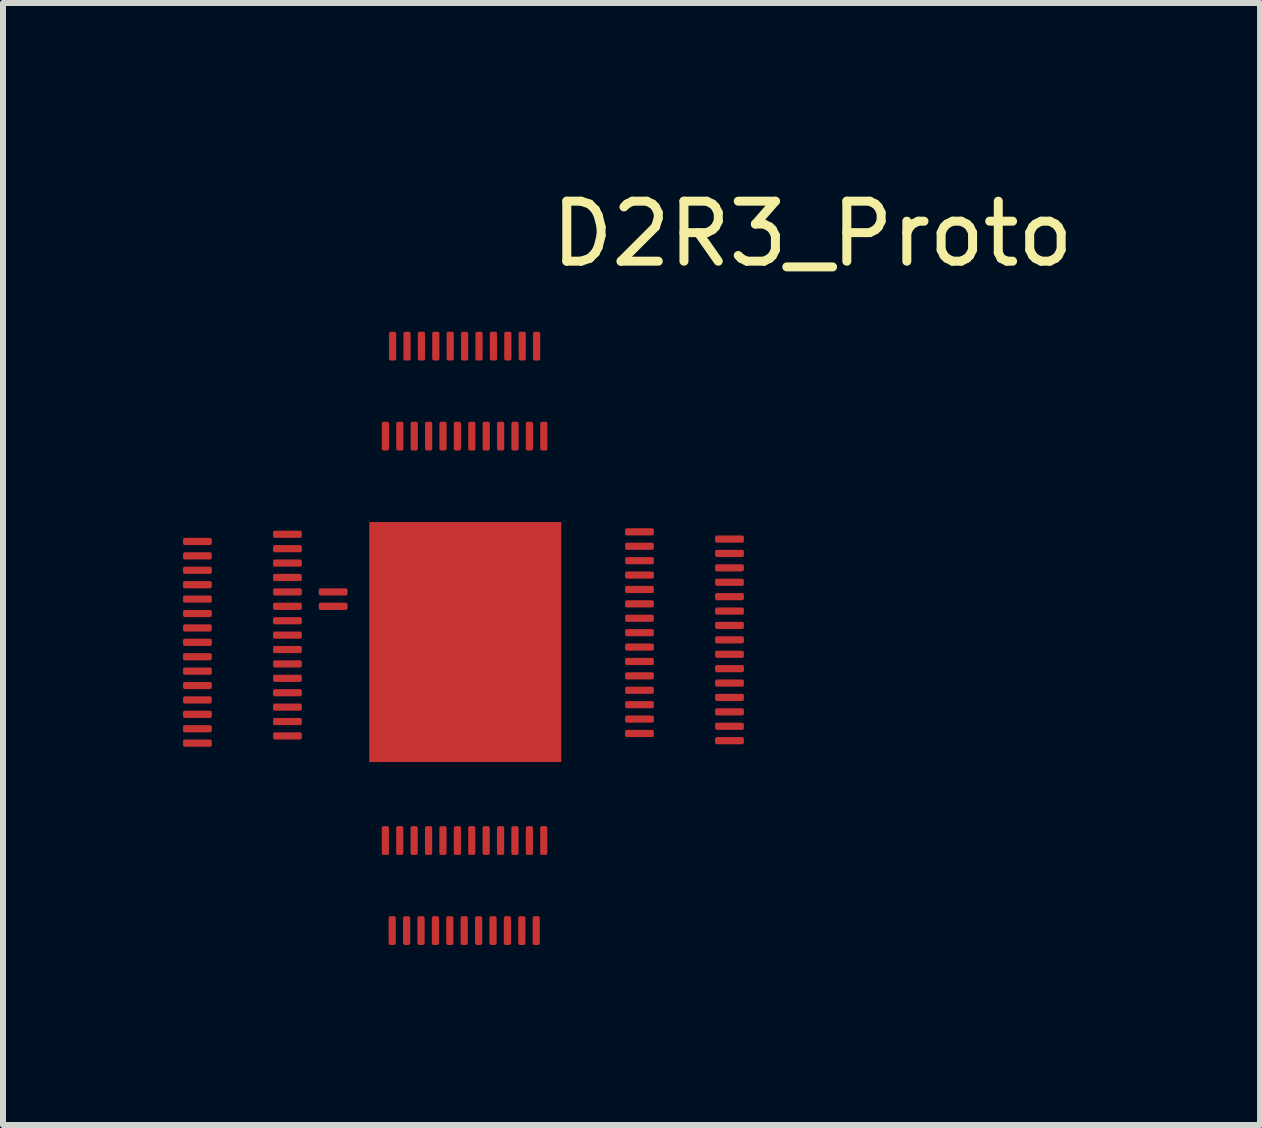
<source format=kicad_pcb>
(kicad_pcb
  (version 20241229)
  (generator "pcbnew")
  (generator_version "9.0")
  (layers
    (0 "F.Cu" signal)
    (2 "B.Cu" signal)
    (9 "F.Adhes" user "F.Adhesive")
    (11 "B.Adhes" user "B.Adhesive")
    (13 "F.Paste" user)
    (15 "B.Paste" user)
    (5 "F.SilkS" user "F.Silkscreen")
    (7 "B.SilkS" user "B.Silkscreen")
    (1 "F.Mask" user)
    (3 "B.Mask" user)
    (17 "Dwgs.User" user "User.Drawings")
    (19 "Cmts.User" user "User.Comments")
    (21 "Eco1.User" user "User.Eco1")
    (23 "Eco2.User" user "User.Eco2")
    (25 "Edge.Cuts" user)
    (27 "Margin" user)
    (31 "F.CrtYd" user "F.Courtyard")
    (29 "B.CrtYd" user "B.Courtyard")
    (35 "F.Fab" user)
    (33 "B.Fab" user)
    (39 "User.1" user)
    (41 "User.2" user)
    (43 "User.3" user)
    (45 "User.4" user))
  (footprint "D2R3_Proto"
    (layer "F.Cu")
    (at 4.67 7.688)
    (property "Reference" "D2R3_Proto" (at 5.821 -6.84 0) (unlocked yes) (layer "F.SilkS") (effects (font (size 1 1) (thickness 0.15))))
    (attr smd)
    (fp_line (start -1.573 -2.074) (end -1.515 -2.074) (stroke (width 0.000001) (type solid)) (layer "Dwgs.User"))
    (fp_line (start -1.573 1.988) (end -1.573 -2.074) (stroke (width 0.000001) (type solid)) (layer "Dwgs.User"))
    (fp_line (start -1.553 -2.054) (end -1.553 1.968) (stroke (width 0.000001) (type solid)) (layer "Dwgs.User"))
    (fp_line (start -1.553 1.968) (end 1.611 1.968) (stroke (width 0.000001) (type solid)) (layer "Dwgs.User"))
    (fp_line (start -1.531 -2.065) (end -1.531 -2.067) (stroke (width 0.000001) (type solid)) (layer "Dwgs.User"))
    (fp_line (start -1.531 -2.063) (end -1.531 -2.065) (stroke (width 0.000001) (type solid)) (layer "Dwgs.User"))
    (fp_line (start -1.531 -2.067) (end -1.53 -2.069) (stroke (width 0.000001) (type solid)) (layer "Dwgs.User"))
    (fp_line (start -1.531 -2.061) (end -1.531 -2.063) (stroke (width 0.000001) (type solid)) (layer "Dwgs.User"))
    (fp_line (start -1.53 -2.069) (end -1.529 -2.07) (stroke (width 0.000001) (type solid)) (layer "Dwgs.User"))
    (fp_line (start -1.53 -2.059) (end -1.531 -2.061) (stroke (width 0.000001) (type solid)) (layer "Dwgs.User"))
    (fp_line (start -1.529 -2.07) (end -1.528 -2.072) (stroke (width 0.000001) (type solid)) (layer "Dwgs.User"))
    (fp_line (start -1.529 -2.058) (end -1.53 -2.059) (stroke (width 0.000001) (type solid)) (layer "Dwgs.User"))
    (fp_line (start -1.528 -2.072) (end -1.526 -2.073) (stroke (width 0.000001) (type solid)) (layer "Dwgs.User"))
    (fp_line (start -1.528 -2.056) (end -1.529 -2.058) (stroke (width 0.000001) (type solid)) (layer "Dwgs.User"))
    (fp_line (start -1.526 -2.073) (end -1.524 -2.074) (stroke (width 0.000001) (type solid)) (layer "Dwgs.User"))
    (fp_line (start -1.526 -2.055) (end -1.528 -2.056) (stroke (width 0.000001) (type solid)) (layer "Dwgs.User"))
    (fp_line (start -1.524 -2.074) (end -1.522 -2.074) (stroke (width 0.000001) (type solid)) (layer "Dwgs.User"))
    (fp_line (start -1.524 -2.054) (end -1.526 -2.055) (stroke (width 0.000001) (type solid)) (layer "Dwgs.User"))
    (fp_line (start -1.522 -2.074) (end 1.631 -2.074) (stroke (width 0.000001) (type solid)) (layer "Dwgs.User"))
    (fp_line (start -1.522 -2.054) (end -1.524 -2.054) (stroke (width 0.000001) (type solid)) (layer "Dwgs.User"))
    (fp_line (start -1.515 -2.074) (end -1.513 -2.074) (stroke (width 0.000001) (type solid)) (layer "Dwgs.User"))
    (fp_line (start -1.515 -2.054) (end -1.553 -2.054) (stroke (width 0.000001) (type solid)) (layer "Dwgs.User"))
    (fp_line (start -1.513 -2.074) (end -1.512 -2.073) (stroke (width 0.000001) (type solid)) (layer "Dwgs.User"))
    (fp_line (start -1.513 -2.054) (end -1.515 -2.054) (stroke (width 0.000001) (type solid)) (layer "Dwgs.User"))
    (fp_line (start -1.512 -2.073) (end -1.51 -2.072) (stroke (width 0.000001) (type solid)) (layer "Dwgs.User"))
    (fp_line (start -1.512 -2.055) (end -1.513 -2.054) (stroke (width 0.000001) (type solid)) (layer "Dwgs.User"))
    (fp_line (start -1.51 -2.072) (end -1.509 -2.07) (stroke (width 0.000001) (type solid)) (layer "Dwgs.User"))
    (fp_line (start -1.51 -2.056) (end -1.512 -2.055) (stroke (width 0.000001) (type solid)) (layer "Dwgs.User"))
    (fp_line (start -1.509 -2.07) (end -1.507 -2.069) (stroke (width 0.000001) (type solid)) (layer "Dwgs.User"))
    (fp_line (start -1.509 -2.058) (end -1.51 -2.056) (stroke (width 0.000001) (type solid)) (layer "Dwgs.User"))
    (fp_line (start -1.507 -2.069) (end -1.507 -2.067) (stroke (width 0.000001) (type solid)) (layer "Dwgs.User"))
    (fp_line (start -1.507 -2.059) (end -1.509 -2.058) (stroke (width 0.000001) (type solid)) (layer "Dwgs.User"))
    (fp_line (start -1.507 -2.067) (end -1.506 -2.065) (stroke (width 0.000001) (type solid)) (layer "Dwgs.User"))
    (fp_line (start -1.507 -2.061) (end -1.507 -2.059) (stroke (width 0.000001) (type solid)) (layer "Dwgs.User"))
    (fp_line (start -1.506 -2.065) (end -1.506 -2.063) (stroke (width 0.000001) (type solid)) (layer "Dwgs.User"))
    (fp_line (start -1.506 -2.063) (end -1.507 -2.061) (stroke (width 0.000001) (type solid)) (layer "Dwgs.User"))
    (fp_line (start -1.461 -1.867) (end -1.395 -1.867) (stroke (width 0.000001) (type solid)) (layer "Dwgs.User"))
    (fp_line (start -1.461 -1.814) (end -1.461 -1.867) (stroke (width 0.000001) (type solid)) (layer "Dwgs.User"))
    (fp_line (start -1.461 -1.747) (end -1.395 -1.747) (stroke (width 0.000001) (type solid)) (layer "Dwgs.User"))
    (fp_line (start -1.461 -1.694) (end -1.461 -1.747) (stroke (width 0.000001) (type solid)) (layer "Dwgs.User"))
    (fp_line (start -1.461 -1.627) (end -1.395 -1.627) (stroke (width 0.000001) (type solid)) (layer "Dwgs.User"))
    (fp_line (start -1.461 -1.574) (end -1.461 -1.627) (stroke (width 0.000001) (type solid)) (layer "Dwgs.User"))
    (fp_line (start -1.461 -1.507) (end -1.395 -1.507) (stroke (width 0.000001) (type solid)) (layer "Dwgs.User"))
    (fp_line (start -1.461 -1.454) (end -1.461 -1.507) (stroke (width 0.000001) (type solid)) (layer "Dwgs.User"))
    (fp_line (start -1.461 -1.387) (end -1.395 -1.387) (stroke (width 0.000001) (type solid)) (layer "Dwgs.User"))
    (fp_line (start -1.461 -1.334) (end -1.461 -1.387) (stroke (width 0.000001) (type solid)) (layer "Dwgs.User"))
    (fp_line (start -1.461 -1.267) (end -1.395 -1.267) (stroke (width 0.000001) (type solid)) (layer "Dwgs.User"))
    (fp_line (start -1.461 -1.214) (end -1.461 -1.267) (stroke (width 0.000001) (type solid)) (layer "Dwgs.User"))
    (fp_line (start -1.461 -1.147) (end -1.395 -1.147) (stroke (width 0.000001) (type solid)) (layer "Dwgs.User"))
    (fp_line (start -1.461 -1.094) (end -1.461 -1.147) (stroke (width 0.000001) (type solid)) (layer "Dwgs.User"))
    (fp_line (start -1.461 -1.027) (end -1.395 -1.027) (stroke (width 0.000001) (type solid)) (layer "Dwgs.User"))
    (fp_line (start -1.461 -0.974) (end -1.461 -1.027) (stroke (width 0.000001) (type solid)) (layer "Dwgs.User"))
    (fp_line (start -1.461 -0.907) (end -1.395 -0.907) (stroke (width 0.000001) (type solid)) (layer "Dwgs.User"))
    (fp_line (start -1.461 -0.854) (end -1.461 -0.907) (stroke (width 0.000001) (type solid)) (layer "Dwgs.User"))
    (fp_line (start -1.461 -0.787) (end -1.395 -0.787) (stroke (width 0.000001) (type solid)) (layer "Dwgs.User"))
    (fp_line (start -1.461 -0.734) (end -1.461 -0.787) (stroke (width 0.000001) (type solid)) (layer "Dwgs.User"))
    (fp_line (start -1.461 -0.667) (end -1.395 -0.667) (stroke (width 0.000001) (type solid)) (layer "Dwgs.User"))
    (fp_line (start -1.461 -0.614) (end -1.461 -0.667) (stroke (width 0.000001) (type solid)) (layer "Dwgs.User"))
    (fp_line (start -1.461 -0.547) (end -1.395 -0.547) (stroke (width 0.000001) (type solid)) (layer "Dwgs.User"))
    (fp_line (start -1.461 -0.494) (end -1.461 -0.547) (stroke (width 0.000001) (type solid)) (layer "Dwgs.User"))
    (fp_line (start -1.461 -0.427) (end -1.395 -0.427) (stroke (width 0.000001) (type solid)) (layer "Dwgs.User"))
    (fp_line (start -1.461 -0.374) (end -1.461 -0.427) (stroke (width 0.000001) (type solid)) (layer "Dwgs.User"))
    (fp_line (start -1.461 -0.307) (end -1.395 -0.307) (stroke (width 0.000001) (type solid)) (layer "Dwgs.User"))
    (fp_line (start -1.461 -0.254) (end -1.461 -0.307) (stroke (width 0.000001) (type solid)) (layer "Dwgs.User"))
    (fp_line (start -1.461 -0.187) (end -1.395 -0.187) (stroke (width 0.000001) (type solid)) (layer "Dwgs.User"))
    (fp_line (start -1.461 -0.134) (end -1.461 -0.187) (stroke (width 0.000001) (type solid)) (layer "Dwgs.User"))
    (fp_line (start -1.461 -0.067) (end -1.395 -0.067) (stroke (width 0.000001) (type solid)) (layer "Dwgs.User"))
    (fp_line (start -1.461 -0.014) (end -1.461 -0.067) (stroke (width 0.000001) (type solid)) (layer "Dwgs.User"))
    (fp_line (start -1.461 0.053) (end -1.395 0.053) (stroke (width 0.000001) (type solid)) (layer "Dwgs.User"))
    (fp_line (start -1.461 0.106) (end -1.461 0.053) (stroke (width 0.000001) (type solid)) (layer "Dwgs.User"))
    (fp_line (start -1.461 0.173) (end -1.395 0.173) (stroke (width 0.000001) (type solid)) (layer "Dwgs.User"))
    (fp_line (start -1.461 0.226) (end -1.461 0.173) (stroke (width 0.000001) (type solid)) (layer "Dwgs.User"))
    (fp_line (start -1.461 0.293) (end -1.395 0.293) (stroke (width 0.000001) (type solid)) (layer "Dwgs.User"))
    (fp_line (start -1.461 0.346) (end -1.461 0.293) (stroke (width 0.000001) (type solid)) (layer "Dwgs.User"))
    (fp_line (start -1.461 0.413) (end -1.395 0.413) (stroke (width 0.000001) (type solid)) (layer "Dwgs.User"))
    (fp_line (start -1.461 0.466) (end -1.461 0.413) (stroke (width 0.000001) (type solid)) (layer "Dwgs.User"))
    (fp_line (start -1.461 0.533) (end -1.395 0.533) (stroke (width 0.000001) (type solid)) (layer "Dwgs.User"))
    (fp_line (start -1.461 0.586) (end -1.461 0.533) (stroke (width 0.000001) (type solid)) (layer "Dwgs.User"))
    (fp_line (start -1.461 0.653) (end -1.395 0.653) (stroke (width 0.000001) (type solid)) (layer "Dwgs.User"))
    (fp_line (start -1.461 0.706) (end -1.461 0.653) (stroke (width 0.000001) (type solid)) (layer "Dwgs.User"))
    (fp_line (start -1.461 0.773) (end -1.395 0.773) (stroke (width 0.000001) (type solid)) (layer "Dwgs.User"))
    (fp_line (start -1.461 0.826) (end -1.461 0.773) (stroke (width 0.000001) (type solid)) (layer "Dwgs.User"))
    (fp_line (start -1.461 0.893) (end -1.395 0.893) (stroke (width 0.000001) (type solid)) (layer "Dwgs.User"))
    (fp_line (start -1.461 0.946) (end -1.461 0.893) (stroke (width 0.000001) (type solid)) (layer "Dwgs.User"))
    (fp_line (start -1.461 1.013) (end -1.395 1.013) (stroke (width 0.000001) (type solid)) (layer "Dwgs.User"))
    (fp_line (start -1.461 1.066) (end -1.461 1.013) (stroke (width 0.000001) (type solid)) (layer "Dwgs.User"))
    (fp_line (start -1.461 1.133) (end -1.395 1.133) (stroke (width 0.000001) (type solid)) (layer "Dwgs.User"))
    (fp_line (start -1.461 1.186) (end -1.461 1.133) (stroke (width 0.000001) (type solid)) (layer "Dwgs.User"))
    (fp_line (start -1.461 1.253) (end -1.395 1.253) (stroke (width 0.000001) (type solid)) (layer "Dwgs.User"))
    (fp_line (start -1.461 1.306) (end -1.461 1.253) (stroke (width 0.000001) (type solid)) (layer "Dwgs.User"))
    (fp_line (start -1.461 1.373) (end -1.395 1.373) (stroke (width 0.000001) (type solid)) (layer "Dwgs.User"))
    (fp_line (start -1.461 1.426) (end -1.461 1.373) (stroke (width 0.000001) (type solid)) (layer "Dwgs.User"))
    (fp_line (start -1.461 1.493) (end -1.395 1.493) (stroke (width 0.000001) (type solid)) (layer "Dwgs.User"))
    (fp_line (start -1.461 1.546) (end -1.461 1.493) (stroke (width 0.000001) (type solid)) (layer "Dwgs.User"))
    (fp_line (start -1.461 1.613) (end -1.395 1.613) (stroke (width 0.000001) (type solid)) (layer "Dwgs.User"))
    (fp_line (start -1.461 1.666) (end -1.461 1.613) (stroke (width 0.000001) (type solid)) (layer "Dwgs.User"))
    (fp_line (start -1.395 -1.867) (end -1.395 -1.814) (stroke (width 0.000001) (type solid)) (layer "Dwgs.User"))
    (fp_line (start -1.395 -1.814) (end -1.461 -1.814) (stroke (width 0.000001) (type solid)) (layer "Dwgs.User"))
    (fp_line (start -1.395 -1.747) (end -1.395 -1.694) (stroke (width 0.000001) (type solid)) (layer "Dwgs.User"))
    (fp_line (start -1.395 -1.694) (end -1.461 -1.694) (stroke (width 0.000001) (type solid)) (layer "Dwgs.User"))
    (fp_line (start -1.395 -1.627) (end -1.395 -1.574) (stroke (width 0.000001) (type solid)) (layer "Dwgs.User"))
    (fp_line (start -1.395 -1.574) (end -1.461 -1.574) (stroke (width 0.000001) (type solid)) (layer "Dwgs.User"))
    (fp_line (start -1.395 -1.507) (end -1.395 -1.454) (stroke (width 0.000001) (type solid)) (layer "Dwgs.User"))
    (fp_line (start -1.395 -1.454) (end -1.461 -1.454) (stroke (width 0.000001) (type solid)) (layer "Dwgs.User"))
    (fp_line (start -1.395 -1.387) (end -1.395 -1.334) (stroke (width 0.000001) (type solid)) (layer "Dwgs.User"))
    (fp_line (start -1.395 -1.334) (end -1.461 -1.334) (stroke (width 0.000001) (type solid)) (layer "Dwgs.User"))
    (fp_line (start -1.395 -1.267) (end -1.395 -1.214) (stroke (width 0.000001) (type solid)) (layer "Dwgs.User"))
    (fp_line (start -1.395 -1.214) (end -1.461 -1.214) (stroke (width 0.000001) (type solid)) (layer "Dwgs.User"))
    (fp_line (start -1.395 -1.147) (end -1.395 -1.094) (stroke (width 0.000001) (type solid)) (layer "Dwgs.User"))
    (fp_line (start -1.395 -1.094) (end -1.461 -1.094) (stroke (width 0.000001) (type solid)) (layer "Dwgs.User"))
    (fp_line (start -1.395 -1.027) (end -1.395 -0.974) (stroke (width 0.000001) (type solid)) (layer "Dwgs.User"))
    (fp_line (start -1.395 -0.974) (end -1.461 -0.974) (stroke (width 0.000001) (type solid)) (layer "Dwgs.User"))
    (fp_line (start -1.395 -0.907) (end -1.395 -0.854) (stroke (width 0.000001) (type solid)) (layer "Dwgs.User"))
    (fp_line (start -1.395 -0.854) (end -1.461 -0.854) (stroke (width 0.000001) (type solid)) (layer "Dwgs.User"))
    (fp_line (start -1.395 -0.787) (end -1.395 -0.734) (stroke (width 0.000001) (type solid)) (layer "Dwgs.User"))
    (fp_line (start -1.395 -0.734) (end -1.461 -0.734) (stroke (width 0.000001) (type solid)) (layer "Dwgs.User"))
    (fp_line (start -1.395 -0.667) (end -1.395 -0.614) (stroke (width 0.000001) (type solid)) (layer "Dwgs.User"))
    (fp_line (start -1.395 -0.614) (end -1.461 -0.614) (stroke (width 0.000001) (type solid)) (layer "Dwgs.User"))
    (fp_line (start -1.395 -0.547) (end -1.395 -0.494) (stroke (width 0.000001) (type solid)) (layer "Dwgs.User"))
    (fp_line (start -1.395 -0.494) (end -1.461 -0.494) (stroke (width 0.000001) (type solid)) (layer "Dwgs.User"))
    (fp_line (start -1.395 -0.427) (end -1.395 -0.374) (stroke (width 0.000001) (type solid)) (layer "Dwgs.User"))
    (fp_line (start -1.395 -0.374) (end -1.461 -0.374) (stroke (width 0.000001) (type solid)) (layer "Dwgs.User"))
    (fp_line (start -1.395 -0.307) (end -1.395 -0.254) (stroke (width 0.000001) (type solid)) (layer "Dwgs.User"))
    (fp_line (start -1.395 -0.254) (end -1.461 -0.254) (stroke (width 0.000001) (type solid)) (layer "Dwgs.User"))
    (fp_line (start -1.395 -0.187) (end -1.395 -0.134) (stroke (width 0.000001) (type solid)) (layer "Dwgs.User"))
    (fp_line (start -1.395 -0.134) (end -1.461 -0.134) (stroke (width 0.000001) (type solid)) (layer "Dwgs.User"))
    (fp_line (start -1.395 -0.067) (end -1.395 -0.014) (stroke (width 0.000001) (type solid)) (layer "Dwgs.User"))
    (fp_line (start -1.395 -0.014) (end -1.461 -0.014) (stroke (width 0.000001) (type solid)) (layer "Dwgs.User"))
    (fp_line (start -1.395 0.053) (end -1.395 0.106) (stroke (width 0.000001) (type solid)) (layer "Dwgs.User"))
    (fp_line (start -1.395 0.106) (end -1.461 0.106) (stroke (width 0.000001) (type solid)) (layer "Dwgs.User"))
    (fp_line (start -1.395 0.173) (end -1.395 0.226) (stroke (width 0.000001) (type solid)) (layer "Dwgs.User"))
    (fp_line (start -1.395 0.226) (end -1.461 0.226) (stroke (width 0.000001) (type solid)) (layer "Dwgs.User"))
    (fp_line (start -1.395 0.293) (end -1.395 0.346) (stroke (width 0.000001) (type solid)) (layer "Dwgs.User"))
    (fp_line (start -1.395 0.346) (end -1.461 0.346) (stroke (width 0.000001) (type solid)) (layer "Dwgs.User"))
    (fp_line (start -1.395 0.413) (end -1.395 0.466) (stroke (width 0.000001) (type solid)) (layer "Dwgs.User"))
    (fp_line (start -1.395 0.466) (end -1.461 0.466) (stroke (width 0.000001) (type solid)) (layer "Dwgs.User"))
    (fp_line (start -1.395 0.533) (end -1.395 0.586) (stroke (width 0.000001) (type solid)) (layer "Dwgs.User"))
    (fp_line (start -1.395 0.586) (end -1.461 0.586) (stroke (width 0.000001) (type solid)) (layer "Dwgs.User"))
    (fp_line (start -1.395 0.653) (end -1.395 0.706) (stroke (width 0.000001) (type solid)) (layer "Dwgs.User"))
    (fp_line (start -1.395 0.706) (end -1.461 0.706) (stroke (width 0.000001) (type solid)) (layer "Dwgs.User"))
    (fp_line (start -1.395 0.773) (end -1.395 0.826) (stroke (width 0.000001) (type solid)) (layer "Dwgs.User"))
    (fp_line (start -1.395 0.826) (end -1.461 0.826) (stroke (width 0.000001) (type solid)) (layer "Dwgs.User"))
    (fp_line (start -1.395 0.893) (end -1.395 0.946) (stroke (width 0.000001) (type solid)) (layer "Dwgs.User"))
    (fp_line (start -1.395 0.946) (end -1.461 0.946) (stroke (width 0.000001) (type solid)) (layer "Dwgs.User"))
    (fp_line (start -1.395 1.013) (end -1.395 1.066) (stroke (width 0.000001) (type solid)) (layer "Dwgs.User"))
    (fp_line (start -1.395 1.066) (end -1.461 1.066) (stroke (width 0.000001) (type solid)) (layer "Dwgs.User"))
    (fp_line (start -1.395 1.133) (end -1.395 1.186) (stroke (width 0.000001) (type solid)) (layer "Dwgs.User"))
    (fp_line (start -1.395 1.186) (end -1.461 1.186) (stroke (width 0.000001) (type solid)) (layer "Dwgs.User"))
    (fp_line (start -1.395 1.253) (end -1.395 1.306) (stroke (width 0.000001) (type solid)) (layer "Dwgs.User"))
    (fp_line (start -1.395 1.306) (end -1.461 1.306) (stroke (width 0.000001) (type solid)) (layer "Dwgs.User"))
    (fp_line (start -1.395 1.373) (end -1.395 1.426) (stroke (width 0.000001) (type solid)) (layer "Dwgs.User"))
    (fp_line (start -1.395 1.426) (end -1.461 1.426) (stroke (width 0.000001) (type solid)) (layer "Dwgs.User"))
    (fp_line (start -1.395 1.493) (end -1.395 1.546) (stroke (width 0.000001) (type solid)) (layer "Dwgs.User"))
    (fp_line (start -1.395 1.546) (end -1.461 1.546) (stroke (width 0.000001) (type solid)) (layer "Dwgs.User"))
    (fp_line (start -1.395 1.613) (end -1.395 1.666) (stroke (width 0.000001) (type solid)) (layer "Dwgs.User"))
    (fp_line (start -1.395 1.666) (end -1.461 1.666) (stroke (width 0.000001) (type solid)) (layer "Dwgs.User"))
    (fp_line (start -1.324 -2.003) (end -1.271 -2.003) (stroke (width 0.000001) (type solid)) (layer "Dwgs.User"))
    (fp_line (start -1.324 -1.937) (end -1.324 -2.003) (stroke (width 0.000001) (type solid)) (layer "Dwgs.User"))
    (fp_line (start -1.324 1.736) (end -1.271 1.736) (stroke (width 0.000001) (type solid)) (layer "Dwgs.User"))
    (fp_line (start -1.324 1.802) (end -1.324 1.736) (stroke (width 0.000001) (type solid)) (layer "Dwgs.User"))
    (fp_line (start -1.271 -2.003) (end -1.271 -1.937) (stroke (width 0.000001) (type solid)) (layer "Dwgs.User"))
    (fp_line (start -1.271 -1.937) (end -1.324 -1.937) (stroke (width 0.000001) (type solid)) (layer "Dwgs.User"))
    (fp_line (start -1.271 1.736) (end -1.271 1.802) (stroke (width 0.000001) (type solid)) (layer "Dwgs.User"))
    (fp_line (start -1.271 1.802) (end -1.324 1.802) (stroke (width 0.000001) (type solid)) (layer "Dwgs.User"))
    (fp_line (start -1.212 -1.771) (end -1.146 -1.771) (stroke (width 0.000001) (type solid)) (layer "Dwgs.User"))
    (fp_line (start -1.212 -1.718) (end -1.212 -1.771) (stroke (width 0.000001) (type solid)) (layer "Dwgs.User"))
    (fp_line (start -1.212 -1.651) (end -1.146 -1.651) (stroke (width 0.000001) (type solid)) (layer "Dwgs.User"))
    (fp_line (start -1.212 -1.598) (end -1.212 -1.651) (stroke (width 0.000001) (type solid)) (layer "Dwgs.User"))
    (fp_line (start -1.212 -1.531) (end -1.146 -1.531) (stroke (width 0.000001) (type solid)) (layer "Dwgs.User"))
    (fp_line (start -1.212 -1.478) (end -1.212 -1.531) (stroke (width 0.000001) (type solid)) (layer "Dwgs.User"))
    (fp_line (start -1.212 -1.411) (end -1.146 -1.411) (stroke (width 0.000001) (type solid)) (layer "Dwgs.User"))
    (fp_line (start -1.212 -1.358) (end -1.212 -1.411) (stroke (width 0.000001) (type solid)) (layer "Dwgs.User"))
    (fp_line (start -1.212 -1.327) (end -1.146 -1.327) (stroke (width 0.000001) (type solid)) (layer "Dwgs.User"))
    (fp_line (start -1.212 -1.274) (end -1.212 -1.327) (stroke (width 0.000001) (type solid)) (layer "Dwgs.User"))
    (fp_line (start -1.212 -1.207) (end -1.146 -1.207) (stroke (width 0.000001) (type solid)) (layer "Dwgs.User"))
    (fp_line (start -1.212 -1.154) (end -1.212 -1.207) (stroke (width 0.000001) (type solid)) (layer "Dwgs.User"))
    (fp_line (start -1.212 -1.087) (end -1.146 -1.087) (stroke (width 0.000001) (type solid)) (layer "Dwgs.User"))
    (fp_line (start -1.212 -1.034) (end -1.212 -1.087) (stroke (width 0.000001) (type solid)) (layer "Dwgs.User"))
    (fp_line (start -1.212 -0.967) (end -1.146 -0.967) (stroke (width 0.000001) (type solid)) (layer "Dwgs.User"))
    (fp_line (start -1.212 -0.914) (end -1.212 -0.967) (stroke (width 0.000001) (type solid)) (layer "Dwgs.User"))
    (fp_line (start -1.212 -0.883) (end -1.146 -0.883) (stroke (width 0.000001) (type solid)) (layer "Dwgs.User"))
    (fp_line (start -1.212 -0.83) (end -1.212 -0.883) (stroke (width 0.000001) (type solid)) (layer "Dwgs.User"))
    (fp_line (start -1.212 -0.763) (end -1.146 -0.763) (stroke (width 0.000001) (type solid)) (layer "Dwgs.User"))
    (fp_line (start -1.212 -0.71) (end -1.212 -0.763) (stroke (width 0.000001) (type solid)) (layer "Dwgs.User"))
    (fp_line (start -1.212 -0.643) (end -1.146 -0.643) (stroke (width 0.000001) (type solid)) (layer "Dwgs.User"))
    (fp_line (start -1.212 -0.59) (end -1.212 -0.643) (stroke (width 0.000001) (type solid)) (layer "Dwgs.User"))
    (fp_line (start -1.212 -0.523) (end -1.146 -0.523) (stroke (width 0.000001) (type solid)) (layer "Dwgs.User"))
    (fp_line (start -1.212 -0.47) (end -1.212 -0.523) (stroke (width 0.000001) (type solid)) (layer "Dwgs.User"))
    (fp_line (start -1.212 -0.403) (end -1.146 -0.403) (stroke (width 0.000001) (type solid)) (layer "Dwgs.User"))
    (fp_line (start -1.212 -0.35) (end -1.212 -0.403) (stroke (width 0.000001) (type solid)) (layer "Dwgs.User"))
    (fp_line (start -1.212 -0.283) (end -1.146 -0.283) (stroke (width 0.000001) (type solid)) (layer "Dwgs.User"))
    (fp_line (start -1.212 -0.23) (end -1.212 -0.283) (stroke (width 0.000001) (type solid)) (layer "Dwgs.User"))
    (fp_line (start -1.212 -0.163) (end -1.146 -0.163) (stroke (width 0.000001) (type solid)) (layer "Dwgs.User"))
    (fp_line (start -1.212 -0.11) (end -1.212 -0.163) (stroke (width 0.000001) (type solid)) (layer "Dwgs.User"))
    (fp_line (start -1.212 -0.043) (end -1.146 -0.043) (stroke (width 0.000001) (type solid)) (layer "Dwgs.User"))
    (fp_line (start -1.212 0.01) (end -1.212 -0.043) (stroke (width 0.000001) (type solid)) (layer "Dwgs.User"))
    (fp_line (start -1.212 0.077) (end -1.146 0.077) (stroke (width 0.000001) (type solid)) (layer "Dwgs.User"))
    (fp_line (start -1.212 0.13) (end -1.212 0.077) (stroke (width 0.000001) (type solid)) (layer "Dwgs.User"))
    (fp_line (start -1.212 0.197) (end -1.146 0.197) (stroke (width 0.000001) (type solid)) (layer "Dwgs.User"))
    (fp_line (start -1.212 0.25) (end -1.212 0.197) (stroke (width 0.000001) (type solid)) (layer "Dwgs.User"))
    (fp_line (start -1.212 0.317) (end -1.146 0.317) (stroke (width 0.000001) (type solid)) (layer "Dwgs.User"))
    (fp_line (start -1.212 0.37) (end -1.212 0.317) (stroke (width 0.000001) (type solid)) (layer "Dwgs.User"))
    (fp_line (start -1.212 0.437) (end -1.146 0.437) (stroke (width 0.000001) (type solid)) (layer "Dwgs.User"))
    (fp_line (start -1.212 0.49) (end -1.212 0.437) (stroke (width 0.000001) (type solid)) (layer "Dwgs.User"))
    (fp_line (start -1.212 0.557) (end -1.146 0.557) (stroke (width 0.000001) (type solid)) (layer "Dwgs.User"))
    (fp_line (start -1.212 0.61) (end -1.212 0.557) (stroke (width 0.000001) (type solid)) (layer "Dwgs.User"))
    (fp_line (start -1.212 0.677) (end -1.146 0.677) (stroke (width 0.000001) (type solid)) (layer "Dwgs.User"))
    (fp_line (start -1.212 0.73) (end -1.212 0.677) (stroke (width 0.000001) (type solid)) (layer "Dwgs.User"))
    (fp_line (start -1.212 0.797) (end -1.146 0.797) (stroke (width 0.000001) (type solid)) (layer "Dwgs.User"))
    (fp_line (start -1.212 0.85) (end -1.212 0.797) (stroke (width 0.000001) (type solid)) (layer "Dwgs.User"))
    (fp_line (start -1.212 0.917) (end -1.146 0.917) (stroke (width 0.000001) (type solid)) (layer "Dwgs.User"))
    (fp_line (start -1.212 0.97) (end -1.212 0.917) (stroke (width 0.000001) (type solid)) (layer "Dwgs.User"))
    (fp_line (start -1.212 1.037) (end -1.146 1.037) (stroke (width 0.000001) (type solid)) (layer "Dwgs.User"))
    (fp_line (start -1.212 1.09) (end -1.212 1.037) (stroke (width 0.000001) (type solid)) (layer "Dwgs.User"))
    (fp_line (start -1.212 1.157) (end -1.146 1.157) (stroke (width 0.000001) (type solid)) (layer "Dwgs.User"))
    (fp_line (start -1.212 1.21) (end -1.212 1.157) (stroke (width 0.000001) (type solid)) (layer "Dwgs.User"))
    (fp_line (start -1.212 1.277) (end -1.146 1.277) (stroke (width 0.000001) (type solid)) (layer "Dwgs.User"))
    (fp_line (start -1.212 1.33) (end -1.212 1.277) (stroke (width 0.000001) (type solid)) (layer "Dwgs.User"))
    (fp_line (start -1.212 1.397) (end -1.146 1.397) (stroke (width 0.000001) (type solid)) (layer "Dwgs.User"))
    (fp_line (start -1.212 1.45) (end -1.212 1.397) (stroke (width 0.000001) (type solid)) (layer "Dwgs.User"))
    (fp_line (start -1.212 1.517) (end -1.146 1.517) (stroke (width 0.000001) (type solid)) (layer "Dwgs.User"))
    (fp_line (start -1.212 1.57) (end -1.212 1.517) (stroke (width 0.000001) (type solid)) (layer "Dwgs.User"))
    (fp_line (start -1.204 -2.003) (end -1.151 -2.003) (stroke (width 0.000001) (type solid)) (layer "Dwgs.User"))
    (fp_line (start -1.204 -1.937) (end -1.204 -2.003) (stroke (width 0.000001) (type solid)) (layer "Dwgs.User"))
    (fp_line (start -1.204 1.736) (end -1.151 1.736) (stroke (width 0.000001) (type solid)) (layer "Dwgs.User"))
    (fp_line (start -1.204 1.802) (end -1.204 1.736) (stroke (width 0.000001) (type solid)) (layer "Dwgs.User"))
    (fp_line (start -1.151 -2.003) (end -1.151 -1.937) (stroke (width 0.000001) (type solid)) (layer "Dwgs.User"))
    (fp_line (start -1.151 -1.937) (end -1.204 -1.937) (stroke (width 0.000001) (type solid)) (layer "Dwgs.User"))
    (fp_line (start -1.151 1.736) (end -1.151 1.802) (stroke (width 0.000001) (type solid)) (layer "Dwgs.User"))
    (fp_line (start -1.151 1.802) (end -1.204 1.802) (stroke (width 0.000001) (type solid)) (layer "Dwgs.User"))
    (fp_line (start -1.146 -1.771) (end -1.146 -1.718) (stroke (width 0.000001) (type solid)) (layer "Dwgs.User"))
    (fp_line (start -1.146 -1.718) (end -1.212 -1.718) (stroke (width 0.000001) (type solid)) (layer "Dwgs.User"))
    (fp_line (start -1.146 -1.651) (end -1.146 -1.598) (stroke (width 0.000001) (type solid)) (layer "Dwgs.User"))
    (fp_line (start -1.146 -1.598) (end -1.212 -1.598) (stroke (width 0.000001) (type solid)) (layer "Dwgs.User"))
    (fp_line (start -1.146 -1.531) (end -1.146 -1.478) (stroke (width 0.000001) (type solid)) (layer "Dwgs.User"))
    (fp_line (start -1.146 -1.478) (end -1.212 -1.478) (stroke (width 0.000001) (type solid)) (layer "Dwgs.User"))
    (fp_line (start -1.146 -1.411) (end -1.146 -1.358) (stroke (width 0.000001) (type solid)) (layer "Dwgs.User"))
    (fp_line (start -1.146 -1.358) (end -1.212 -1.358) (stroke (width 0.000001) (type solid)) (layer "Dwgs.User"))
    (fp_line (start -1.146 -1.327) (end -1.146 -1.274) (stroke (width 0.000001) (type solid)) (layer "Dwgs.User"))
    (fp_line (start -1.146 -1.274) (end -1.212 -1.274) (stroke (width 0.000001) (type solid)) (layer "Dwgs.User"))
    (fp_line (start -1.146 -1.207) (end -1.146 -1.154) (stroke (width 0.000001) (type solid)) (layer "Dwgs.User"))
    (fp_line (start -1.146 -1.154) (end -1.212 -1.154) (stroke (width 0.000001) (type solid)) (layer "Dwgs.User"))
    (fp_line (start -1.146 -1.087) (end -1.146 -1.034) (stroke (width 0.000001) (type solid)) (layer "Dwgs.User"))
    (fp_line (start -1.146 -1.034) (end -1.212 -1.034) (stroke (width 0.000001) (type solid)) (layer "Dwgs.User"))
    (fp_line (start -1.146 -0.967) (end -1.146 -0.914) (stroke (width 0.000001) (type solid)) (layer "Dwgs.User"))
    (fp_line (start -1.146 -0.914) (end -1.212 -0.914) (stroke (width 0.000001) (type solid)) (layer "Dwgs.User"))
    (fp_line (start -1.146 -0.883) (end -1.146 -0.83) (stroke (width 0.000001) (type solid)) (layer "Dwgs.User"))
    (fp_line (start -1.146 -0.83) (end -1.212 -0.83) (stroke (width 0.000001) (type solid)) (layer "Dwgs.User"))
    (fp_line (start -1.146 -0.763) (end -1.146 -0.71) (stroke (width 0.000001) (type solid)) (layer "Dwgs.User"))
    (fp_line (start -1.146 -0.71) (end -1.212 -0.71) (stroke (width 0.000001) (type solid)) (layer "Dwgs.User"))
    (fp_line (start -1.146 -0.643) (end -1.146 -0.59) (stroke (width 0.000001) (type solid)) (layer "Dwgs.User"))
    (fp_line (start -1.146 -0.59) (end -1.212 -0.59) (stroke (width 0.000001) (type solid)) (layer "Dwgs.User"))
    (fp_line (start -1.146 -0.523) (end -1.146 -0.47) (stroke (width 0.000001) (type solid)) (layer "Dwgs.User"))
    (fp_line (start -1.146 -0.47) (end -1.212 -0.47) (stroke (width 0.000001) (type solid)) (layer "Dwgs.User"))
    (fp_line (start -1.146 -0.403) (end -1.146 -0.35) (stroke (width 0.000001) (type solid)) (layer "Dwgs.User"))
    (fp_line (start -1.146 -0.35) (end -1.212 -0.35) (stroke (width 0.000001) (type solid)) (layer "Dwgs.User"))
    (fp_line (start -1.146 -0.283) (end -1.146 -0.23) (stroke (width 0.000001) (type solid)) (layer "Dwgs.User"))
    (fp_line (start -1.146 -0.23) (end -1.212 -0.23) (stroke (width 0.000001) (type solid)) (layer "Dwgs.User"))
    (fp_line (start -1.146 -0.163) (end -1.146 -0.11) (stroke (width 0.000001) (type solid)) (layer "Dwgs.User"))
    (fp_line (start -1.146 -0.11) (end -1.212 -0.11) (stroke (width 0.000001) (type solid)) (layer "Dwgs.User"))
    (fp_line (start -1.146 -0.043) (end -1.146 0.01) (stroke (width 0.000001) (type solid)) (layer "Dwgs.User"))
    (fp_line (start -1.146 0.01) (end -1.212 0.01) (stroke (width 0.000001) (type solid)) (layer "Dwgs.User"))
    (fp_line (start -1.146 0.077) (end -1.146 0.13) (stroke (width 0.000001) (type solid)) (layer "Dwgs.User"))
    (fp_line (start -1.146 0.13) (end -1.212 0.13) (stroke (width 0.000001) (type solid)) (layer "Dwgs.User"))
    (fp_line (start -1.146 0.197) (end -1.146 0.25) (stroke (width 0.000001) (type solid)) (layer "Dwgs.User"))
    (fp_line (start -1.146 0.25) (end -1.212 0.25) (stroke (width 0.000001) (type solid)) (layer "Dwgs.User"))
    (fp_line (start -1.146 0.317) (end -1.146 0.37) (stroke (width 0.000001) (type solid)) (layer "Dwgs.User"))
    (fp_line (start -1.146 0.37) (end -1.212 0.37) (stroke (width 0.000001) (type solid)) (layer "Dwgs.User"))
    (fp_line (start -1.146 0.437) (end -1.146 0.49) (stroke (width 0.000001) (type solid)) (layer "Dwgs.User"))
    (fp_line (start -1.146 0.49) (end -1.212 0.49) (stroke (width 0.000001) (type solid)) (layer "Dwgs.User"))
    (fp_line (start -1.146 0.557) (end -1.146 0.61) (stroke (width 0.000001) (type solid)) (layer "Dwgs.User"))
    (fp_line (start -1.146 0.61) (end -1.212 0.61) (stroke (width 0.000001) (type solid)) (layer "Dwgs.User"))
    (fp_line (start -1.146 0.677) (end -1.146 0.73) (stroke (width 0.000001) (type solid)) (layer "Dwgs.User"))
    (fp_line (start -1.146 0.73) (end -1.212 0.73) (stroke (width 0.000001) (type solid)) (layer "Dwgs.User"))
    (fp_line (start -1.146 0.797) (end -1.146 0.85) (stroke (width 0.000001) (type solid)) (layer "Dwgs.User"))
    (fp_line (start -1.146 0.85) (end -1.212 0.85) (stroke (width 0.000001) (type solid)) (layer "Dwgs.User"))
    (fp_line (start -1.146 0.917) (end -1.146 0.97) (stroke (width 0.000001) (type solid)) (layer "Dwgs.User"))
    (fp_line (start -1.146 0.97) (end -1.212 0.97) (stroke (width 0.000001) (type solid)) (layer "Dwgs.User"))
    (fp_line (start -1.146 1.037) (end -1.146 1.09) (stroke (width 0.000001) (type solid)) (layer "Dwgs.User"))
    (fp_line (start -1.146 1.09) (end -1.212 1.09) (stroke (width 0.000001) (type solid)) (layer "Dwgs.User"))
    (fp_line (start -1.146 1.157) (end -1.146 1.21) (stroke (width 0.000001) (type solid)) (layer "Dwgs.User"))
    (fp_line (start -1.146 1.21) (end -1.212 1.21) (stroke (width 0.000001) (type solid)) (layer "Dwgs.User"))
    (fp_line (start -1.146 1.277) (end -1.146 1.33) (stroke (width 0.000001) (type solid)) (layer "Dwgs.User"))
    (fp_line (start -1.146 1.33) (end -1.212 1.33) (stroke (width 0.000001) (type solid)) (layer "Dwgs.User"))
    (fp_line (start -1.146 1.397) (end -1.146 1.45) (stroke (width 0.000001) (type solid)) (layer "Dwgs.User"))
    (fp_line (start -1.146 1.45) (end -1.212 1.45) (stroke (width 0.000001) (type solid)) (layer "Dwgs.User"))
    (fp_line (start -1.146 1.517) (end -1.146 1.57) (stroke (width 0.000001) (type solid)) (layer "Dwgs.User"))
    (fp_line (start -1.146 1.57) (end -1.212 1.57) (stroke (width 0.000001) (type solid)) (layer "Dwgs.User"))
    (fp_line (start -1.084 -2.003) (end -1.031 -2.003) (stroke (width 0.000001) (type solid)) (layer "Dwgs.User"))
    (fp_line (start -1.084 -1.937) (end -1.084 -2.003) (stroke (width 0.000001) (type solid)) (layer "Dwgs.User"))
    (fp_line (start -1.084 1.736) (end -1.031 1.736) (stroke (width 0.000001) (type solid)) (layer "Dwgs.User"))
    (fp_line (start -1.084 1.802) (end -1.084 1.736) (stroke (width 0.000001) (type solid)) (layer "Dwgs.User"))
    (fp_line (start -1.031 -2.003) (end -1.031 -1.937) (stroke (width 0.000001) (type solid)) (layer "Dwgs.User"))
    (fp_line (start -1.031 -1.937) (end -1.084 -1.937) (stroke (width 0.000001) (type solid)) (layer "Dwgs.User"))
    (fp_line (start -1.031 1.736) (end -1.031 1.802) (stroke (width 0.000001) (type solid)) (layer "Dwgs.User"))
    (fp_line (start -1.031 1.802) (end -1.084 1.802) (stroke (width 0.000001) (type solid)) (layer "Dwgs.User"))
    (fp_line (start -0.964 -2.003) (end -0.911 -2.003) (stroke (width 0.000001) (type solid)) (layer "Dwgs.User"))
    (fp_line (start -0.964 -1.937) (end -0.964 -2.003) (stroke (width 0.000001) (type solid)) (layer "Dwgs.User"))
    (fp_line (start -0.964 1.736) (end -0.911 1.736) (stroke (width 0.000001) (type solid)) (layer "Dwgs.User"))
    (fp_line (start -0.964 1.802) (end -0.964 1.736) (stroke (width 0.000001) (type solid)) (layer "Dwgs.User"))
    (fp_line (start -0.911 -2.003) (end -0.911 -1.937) (stroke (width 0.000001) (type solid)) (layer "Dwgs.User"))
    (fp_line (start -0.911 -1.937) (end -0.964 -1.937) (stroke (width 0.000001) (type solid)) (layer "Dwgs.User"))
    (fp_line (start -0.911 1.736) (end -0.911 1.802) (stroke (width 0.000001) (type solid)) (layer "Dwgs.User"))
    (fp_line (start -0.911 1.802) (end -0.964 1.802) (stroke (width 0.000001) (type solid)) (layer "Dwgs.User"))
    (fp_line (start -0.844 -2.003) (end -0.791 -2.003) (stroke (width 0.000001) (type solid)) (layer "Dwgs.User"))
    (fp_line (start -0.844 -1.937) (end -0.844 -2.003) (stroke (width 0.000001) (type solid)) (layer "Dwgs.User"))
    (fp_line (start -0.844 1.736) (end -0.791 1.736) (stroke (width 0.000001) (type solid)) (layer "Dwgs.User"))
    (fp_line (start -0.844 1.802) (end -0.844 1.736) (stroke (width 0.000001) (type solid)) (layer "Dwgs.User"))
    (fp_line (start -0.791 -2.003) (end -0.791 -1.937) (stroke (width 0.000001) (type solid)) (layer "Dwgs.User"))
    (fp_line (start -0.791 -1.937) (end -0.844 -1.937) (stroke (width 0.000001) (type solid)) (layer "Dwgs.User"))
    (fp_line (start -0.791 1.736) (end -0.791 1.802) (stroke (width 0.000001) (type solid)) (layer "Dwgs.User"))
    (fp_line (start -0.791 1.802) (end -0.844 1.802) (stroke (width 0.000001) (type solid)) (layer "Dwgs.User"))
    (fp_line (start -0.724 -2.003) (end -0.671 -2.003) (stroke (width 0.000001) (type solid)) (layer "Dwgs.User"))
    (fp_line (start -0.724 -1.937) (end -0.724 -2.003) (stroke (width 0.000001) (type solid)) (layer "Dwgs.User"))
    (fp_line (start -0.724 1.736) (end -0.671 1.736) (stroke (width 0.000001) (type solid)) (layer "Dwgs.User"))
    (fp_line (start -0.724 1.802) (end -0.724 1.736) (stroke (width 0.000001) (type solid)) (layer "Dwgs.User"))
    (fp_line (start -0.671 -2.003) (end -0.671 -1.937) (stroke (width 0.000001) (type solid)) (layer "Dwgs.User"))
    (fp_line (start -0.671 -1.937) (end -0.724 -1.937) (stroke (width 0.000001) (type solid)) (layer "Dwgs.User"))
    (fp_line (start -0.671 1.736) (end -0.671 1.802) (stroke (width 0.000001) (type solid)) (layer "Dwgs.User"))
    (fp_line (start -0.671 1.802) (end -0.724 1.802) (stroke (width 0.000001) (type solid)) (layer "Dwgs.User"))
    (fp_line (start -0.604 -2.003) (end -0.551 -2.003) (stroke (width 0.000001) (type solid)) (layer "Dwgs.User"))
    (fp_line (start -0.604 -1.937) (end -0.604 -2.003) (stroke (width 0.000001) (type solid)) (layer "Dwgs.User"))
    (fp_line (start -0.604 1.736) (end -0.551 1.736) (stroke (width 0.000001) (type solid)) (layer "Dwgs.User"))
    (fp_line (start -0.604 1.802) (end -0.604 1.736) (stroke (width 0.000001) (type solid)) (layer "Dwgs.User"))
    (fp_line (start -0.551 -2.003) (end -0.551 -1.937) (stroke (width 0.000001) (type solid)) (layer "Dwgs.User"))
    (fp_line (start -0.551 -1.937) (end -0.604 -1.937) (stroke (width 0.000001) (type solid)) (layer "Dwgs.User"))
    (fp_line (start -0.551 1.736) (end -0.551 1.802) (stroke (width 0.000001) (type solid)) (layer "Dwgs.User"))
    (fp_line (start -0.551 1.802) (end -0.604 1.802) (stroke (width 0.000001) (type solid)) (layer "Dwgs.User"))
    (fp_line (start -0.484 -2.003) (end -0.431 -2.003) (stroke (width 0.000001) (type solid)) (layer "Dwgs.User"))
    (fp_line (start -0.484 -1.937) (end -0.484 -2.003) (stroke (width 0.000001) (type solid)) (layer "Dwgs.User"))
    (fp_line (start -0.484 1.736) (end -0.431 1.736) (stroke (width 0.000001) (type solid)) (layer "Dwgs.User"))
    (fp_line (start -0.484 1.802) (end -0.484 1.736) (stroke (width 0.000001) (type solid)) (layer "Dwgs.User"))
    (fp_line (start -0.431 -2.003) (end -0.431 -1.937) (stroke (width 0.000001) (type solid)) (layer "Dwgs.User"))
    (fp_line (start -0.431 -1.937) (end -0.484 -1.937) (stroke (width 0.000001) (type solid)) (layer "Dwgs.User"))
    (fp_line (start -0.431 1.736) (end -0.431 1.802) (stroke (width 0.000001) (type solid)) (layer "Dwgs.User"))
    (fp_line (start -0.431 1.802) (end -0.484 1.802) (stroke (width 0.000001) (type solid)) (layer "Dwgs.User"))
    (fp_line (start -0.364 -2.003) (end -0.311 -2.003) (stroke (width 0.000001) (type solid)) (layer "Dwgs.User"))
    (fp_line (start -0.364 -1.937) (end -0.364 -2.003) (stroke (width 0.000001) (type solid)) (layer "Dwgs.User"))
    (fp_line (start -0.364 1.736) (end -0.311 1.736) (stroke (width 0.000001) (type solid)) (layer "Dwgs.User"))
    (fp_line (start -0.364 1.802) (end -0.364 1.736) (stroke (width 0.000001) (type solid)) (layer "Dwgs.User"))
    (fp_line (start -0.311 -2.003) (end -0.311 -1.937) (stroke (width 0.000001) (type solid)) (layer "Dwgs.User"))
    (fp_line (start -0.311 -1.937) (end -0.364 -1.937) (stroke (width 0.000001) (type solid)) (layer "Dwgs.User"))
    (fp_line (start -0.311 1.736) (end -0.311 1.802) (stroke (width 0.000001) (type solid)) (layer "Dwgs.User"))
    (fp_line (start -0.311 1.802) (end -0.364 1.802) (stroke (width 0.000001) (type solid)) (layer "Dwgs.User"))
    (fp_line (start -0.244 -2.003) (end -0.191 -2.003) (stroke (width 0.000001) (type solid)) (layer "Dwgs.User"))
    (fp_line (start -0.244 -1.937) (end -0.244 -2.003) (stroke (width 0.000001) (type solid)) (layer "Dwgs.User"))
    (fp_line (start -0.244 1.736) (end -0.191 1.736) (stroke (width 0.000001) (type solid)) (layer "Dwgs.User"))
    (fp_line (start -0.244 1.802) (end -0.244 1.736) (stroke (width 0.000001) (type solid)) (layer "Dwgs.User"))
    (fp_line (start -0.191 -2.003) (end -0.191 -1.937) (stroke (width 0.000001) (type solid)) (layer "Dwgs.User"))
    (fp_line (start -0.191 -1.937) (end -0.244 -1.937) (stroke (width 0.000001) (type solid)) (layer "Dwgs.User"))
    (fp_line (start -0.191 1.736) (end -0.191 1.802) (stroke (width 0.000001) (type solid)) (layer "Dwgs.User"))
    (fp_line (start -0.191 1.802) (end -0.244 1.802) (stroke (width 0.000001) (type solid)) (layer "Dwgs.User"))
    (fp_line (start -0.124 -2.003) (end -0.071 -2.003) (stroke (width 0.000001) (type solid)) (layer "Dwgs.User"))
    (fp_line (start -0.124 -1.937) (end -0.124 -2.003) (stroke (width 0.000001) (type solid)) (layer "Dwgs.User"))
    (fp_line (start -0.124 1.736) (end -0.071 1.736) (stroke (width 0.000001) (type solid)) (layer "Dwgs.User"))
    (fp_line (start -0.124 1.802) (end -0.124 1.736) (stroke (width 0.000001) (type solid)) (layer "Dwgs.User"))
    (fp_line (start -0.071 -2.003) (end -0.071 -1.937) (stroke (width 0.000001) (type solid)) (layer "Dwgs.User"))
    (fp_line (start -0.071 -1.937) (end -0.124 -1.937) (stroke (width 0.000001) (type solid)) (layer "Dwgs.User"))
    (fp_line (start -0.071 1.736) (end -0.071 1.802) (stroke (width 0.000001) (type solid)) (layer "Dwgs.User"))
    (fp_line (start -0.071 1.802) (end -0.124 1.802) (stroke (width 0.000001) (type solid)) (layer "Dwgs.User"))
    (fp_line (start -0.004 -2.003) (end 0.049 -2.003) (stroke (width 0.000001) (type solid)) (layer "Dwgs.User"))
    (fp_line (start -0.004 -1.937) (end -0.004 -2.003) (stroke (width 0.000001) (type solid)) (layer "Dwgs.User"))
    (fp_line (start -0.004 1.736) (end 0.049 1.736) (stroke (width 0.000001) (type solid)) (layer "Dwgs.User"))
    (fp_line (start -0.004 1.802) (end -0.004 1.736) (stroke (width 0.000001) (type solid)) (layer "Dwgs.User"))
    (fp_line (start 0.049 -2.003) (end 0.049 -1.937) (stroke (width 0.000001) (type solid)) (layer "Dwgs.User"))
    (fp_line (start 0.049 -1.937) (end -0.004 -1.937) (stroke (width 0.000001) (type solid)) (layer "Dwgs.User"))
    (fp_line (start 0.049 1.736) (end 0.049 1.802) (stroke (width 0.000001) (type solid)) (layer "Dwgs.User"))
    (fp_line (start 0.049 1.802) (end -0.004 1.802) (stroke (width 0.000001) (type solid)) (layer "Dwgs.User"))
    (fp_line (start 0.08 1.736) (end 0.133 1.736) (stroke (width 0.000001) (type solid)) (layer "Dwgs.User"))
    (fp_line (start 0.08 1.802) (end 0.08 1.736) (stroke (width 0.000001) (type solid)) (layer "Dwgs.User"))
    (fp_line (start 0.116 -2.003) (end 0.169 -2.003) (stroke (width 0.000001) (type solid)) (layer "Dwgs.User"))
    (fp_line (start 0.116 -1.937) (end 0.116 -2.003) (stroke (width 0.000001) (type solid)) (layer "Dwgs.User"))
    (fp_line (start 0.133 1.736) (end 0.133 1.802) (stroke (width 0.000001) (type solid)) (layer "Dwgs.User"))
    (fp_line (start 0.133 1.802) (end 0.08 1.802) (stroke (width 0.000001) (type solid)) (layer "Dwgs.User"))
    (fp_line (start 0.169 -2.003) (end 0.169 -1.937) (stroke (width 0.000001) (type solid)) (layer "Dwgs.User"))
    (fp_line (start 0.169 -1.937) (end 0.116 -1.937) (stroke (width 0.000001) (type solid)) (layer "Dwgs.User"))
    (fp_line (start 0.2 1.736) (end 0.253 1.736) (stroke (width 0.000001) (type solid)) (layer "Dwgs.User"))
    (fp_line (start 0.2 1.802) (end 0.2 1.736) (stroke (width 0.000001) (type solid)) (layer "Dwgs.User"))
    (fp_line (start 0.236 -2.003) (end 0.289 -2.003) (stroke (width 0.000001) (type solid)) (layer "Dwgs.User"))
    (fp_line (start 0.236 -1.937) (end 0.236 -2.003) (stroke (width 0.000001) (type solid)) (layer "Dwgs.User"))
    (fp_line (start 0.253 1.736) (end 0.253 1.802) (stroke (width 0.000001) (type solid)) (layer "Dwgs.User"))
    (fp_line (start 0.253 1.802) (end 0.2 1.802) (stroke (width 0.000001) (type solid)) (layer "Dwgs.User"))
    (fp_line (start 0.289 -2.003) (end 0.289 -1.937) (stroke (width 0.000001) (type solid)) (layer "Dwgs.User"))
    (fp_line (start 0.289 -1.937) (end 0.236 -1.937) (stroke (width 0.000001) (type solid)) (layer "Dwgs.User"))
    (fp_line (start 0.32 1.736) (end 0.373 1.736) (stroke (width 0.000001) (type solid)) (layer "Dwgs.User"))
    (fp_line (start 0.32 1.802) (end 0.32 1.736) (stroke (width 0.000001) (type solid)) (layer "Dwgs.User"))
    (fp_line (start 0.356 -2.003) (end 0.409 -2.003) (stroke (width 0.000001) (type solid)) (layer "Dwgs.User"))
    (fp_line (start 0.356 -1.937) (end 0.356 -2.003) (stroke (width 0.000001) (type solid)) (layer "Dwgs.User"))
    (fp_line (start 0.373 1.736) (end 0.373 1.802) (stroke (width 0.000001) (type solid)) (layer "Dwgs.User"))
    (fp_line (start 0.373 1.802) (end 0.32 1.802) (stroke (width 0.000001) (type solid)) (layer "Dwgs.User"))
    (fp_line (start 0.409 -2.003) (end 0.409 -1.937) (stroke (width 0.000001) (type solid)) (layer "Dwgs.User"))
    (fp_line (start 0.409 -1.937) (end 0.356 -1.937) (stroke (width 0.000001) (type solid)) (layer "Dwgs.User"))
    (fp_line (start 0.44 1.736) (end 0.493 1.736) (stroke (width 0.000001) (type solid)) (layer "Dwgs.User"))
    (fp_line (start 0.44 1.802) (end 0.44 1.736) (stroke (width 0.000001) (type solid)) (layer "Dwgs.User"))
    (fp_line (start 0.476 -2.003) (end 0.529 -2.003) (stroke (width 0.000001) (type solid)) (layer "Dwgs.User"))
    (fp_line (start 0.476 -1.937) (end 0.476 -2.003) (stroke (width 0.000001) (type solid)) (layer "Dwgs.User"))
    (fp_line (start 0.493 1.736) (end 0.493 1.802) (stroke (width 0.000001) (type solid)) (layer "Dwgs.User"))
    (fp_line (start 0.493 1.802) (end 0.44 1.802) (stroke (width 0.000001) (type solid)) (layer "Dwgs.User"))
    (fp_line (start 0.529 -2.003) (end 0.529 -1.937) (stroke (width 0.000001) (type solid)) (layer "Dwgs.User"))
    (fp_line (start 0.529 -1.937) (end 0.476 -1.937) (stroke (width 0.000001) (type solid)) (layer "Dwgs.User"))
    (fp_line (start 0.56 -2.003) (end 0.613 -2.003) (stroke (width 0.000001) (type solid)) (layer "Dwgs.User"))
    (fp_line (start 0.56 -1.937) (end 0.56 -2.003) (stroke (width 0.000001) (type solid)) (layer "Dwgs.User"))
    (fp_line (start 0.56 1.736) (end 0.613 1.736) (stroke (width 0.000001) (type solid)) (layer "Dwgs.User"))
    (fp_line (start 0.56 1.802) (end 0.56 1.736) (stroke (width 0.000001) (type solid)) (layer "Dwgs.User"))
    (fp_line (start 0.613 -2.003) (end 0.613 -1.937) (stroke (width 0.000001) (type solid)) (layer "Dwgs.User"))
    (fp_line (start 0.613 -1.937) (end 0.56 -1.937) (stroke (width 0.000001) (type solid)) (layer "Dwgs.User"))
    (fp_line (start 0.613 1.736) (end 0.613 1.802) (stroke (width 0.000001) (type solid)) (layer "Dwgs.User"))
    (fp_line (start 0.613 1.802) (end 0.56 1.802) (stroke (width 0.000001) (type solid)) (layer "Dwgs.User"))
    (fp_line (start 0.68 -2.003) (end 0.733 -2.003) (stroke (width 0.000001) (type solid)) (layer "Dwgs.User"))
    (fp_line (start 0.68 -1.937) (end 0.68 -2.003) (stroke (width 0.000001) (type solid)) (layer "Dwgs.User"))
    (fp_line (start 0.68 1.736) (end 0.733 1.736) (stroke (width 0.000001) (type solid)) (layer "Dwgs.User"))
    (fp_line (start 0.68 1.802) (end 0.68 1.736) (stroke (width 0.000001) (type solid)) (layer "Dwgs.User"))
    (fp_line (start 0.733 -2.003) (end 0.733 -1.937) (stroke (width 0.000001) (type solid)) (layer "Dwgs.User"))
    (fp_line (start 0.733 -1.937) (end 0.68 -1.937) (stroke (width 0.000001) (type solid)) (layer "Dwgs.User"))
    (fp_line (start 0.733 1.736) (end 0.733 1.802) (stroke (width 0.000001) (type solid)) (layer "Dwgs.User"))
    (fp_line (start 0.733 1.802) (end 0.68 1.802) (stroke (width 0.000001) (type solid)) (layer "Dwgs.User"))
    (fp_line (start 0.8 -2.003) (end 0.853 -2.003) (stroke (width 0.000001) (type solid)) (layer "Dwgs.User"))
    (fp_line (start 0.8 -1.937) (end 0.8 -2.003) (stroke (width 0.000001) (type solid)) (layer "Dwgs.User"))
    (fp_line (start 0.8 1.736) (end 0.853 1.736) (stroke (width 0.000001) (type solid)) (layer "Dwgs.User"))
    (fp_line (start 0.8 1.802) (end 0.8 1.736) (stroke (width 0.000001) (type solid)) (layer "Dwgs.User"))
    (fp_line (start 0.853 -2.003) (end 0.853 -1.937) (stroke (width 0.000001) (type solid)) (layer "Dwgs.User"))
    (fp_line (start 0.853 -1.937) (end 0.8 -1.937) (stroke (width 0.000001) (type solid)) (layer "Dwgs.User"))
    (fp_line (start 0.853 1.736) (end 0.853 1.802) (stroke (width 0.000001) (type solid)) (layer "Dwgs.User"))
    (fp_line (start 0.853 1.802) (end 0.8 1.802) (stroke (width 0.000001) (type solid)) (layer "Dwgs.User"))
    (fp_line (start 0.92 -2.003) (end 0.973 -2.003) (stroke (width 0.000001) (type solid)) (layer "Dwgs.User"))
    (fp_line (start 0.92 -1.937) (end 0.92 -2.003) (stroke (width 0.000001) (type solid)) (layer "Dwgs.User"))
    (fp_line (start 0.92 1.736) (end 0.973 1.736) (stroke (width 0.000001) (type solid)) (layer "Dwgs.User"))
    (fp_line (start 0.92 1.802) (end 0.92 1.736) (stroke (width 0.000001) (type solid)) (layer "Dwgs.User"))
    (fp_line (start 0.973 -2.003) (end 0.973 -1.937) (stroke (width 0.000001) (type solid)) (layer "Dwgs.User"))
    (fp_line (start 0.973 -1.937) (end 0.92 -1.937) (stroke (width 0.000001) (type solid)) (layer "Dwgs.User"))
    (fp_line (start 0.973 1.736) (end 0.973 1.802) (stroke (width 0.000001) (type solid)) (layer "Dwgs.User"))
    (fp_line (start 0.973 1.802) (end 0.92 1.802) (stroke (width 0.000001) (type solid)) (layer "Dwgs.User"))
    (fp_line (start 1.04 -2.003) (end 1.093 -2.003) (stroke (width 0.000001) (type solid)) (layer "Dwgs.User"))
    (fp_line (start 1.04 -1.937) (end 1.04 -2.003) (stroke (width 0.000001) (type solid)) (layer "Dwgs.User"))
    (fp_line (start 1.04 1.736) (end 1.093 1.736) (stroke (width 0.000001) (type solid)) (layer "Dwgs.User"))
    (fp_line (start 1.04 1.802) (end 1.04 1.736) (stroke (width 0.000001) (type solid)) (layer "Dwgs.User"))
    (fp_line (start 1.093 -2.003) (end 1.093 -1.937) (stroke (width 0.000001) (type solid)) (layer "Dwgs.User"))
    (fp_line (start 1.093 -1.937) (end 1.04 -1.937) (stroke (width 0.000001) (type solid)) (layer "Dwgs.User"))
    (fp_line (start 1.093 1.736) (end 1.093 1.802) (stroke (width 0.000001) (type solid)) (layer "Dwgs.User"))
    (fp_line (start 1.093 1.802) (end 1.04 1.802) (stroke (width 0.000001) (type solid)) (layer "Dwgs.User"))
    (fp_line (start 1.16 -2.003) (end 1.213 -2.003) (stroke (width 0.000001) (type solid)) (layer "Dwgs.User"))
    (fp_line (start 1.16 -1.937) (end 1.16 -2.003) (stroke (width 0.000001) (type solid)) (layer "Dwgs.User"))
    (fp_line (start 1.16 1.736) (end 1.213 1.736) (stroke (width 0.000001) (type solid)) (layer "Dwgs.User"))
    (fp_line (start 1.16 1.802) (end 1.16 1.736) (stroke (width 0.000001) (type solid)) (layer "Dwgs.User"))
    (fp_line (start 1.213 -2.003) (end 1.213 -1.937) (stroke (width 0.000001) (type solid)) (layer "Dwgs.User"))
    (fp_line (start 1.213 -1.937) (end 1.16 -1.937) (stroke (width 0.000001) (type solid)) (layer "Dwgs.User"))
    (fp_line (start 1.213 1.736) (end 1.213 1.802) (stroke (width 0.000001) (type solid)) (layer "Dwgs.User"))
    (fp_line (start 1.213 1.802) (end 1.16 1.802) (stroke (width 0.000001) (type solid)) (layer "Dwgs.User"))
    (fp_line (start 1.28 -2.003) (end 1.333 -2.003) (stroke (width 0.000001) (type solid)) (layer "Dwgs.User"))
    (fp_line (start 1.28 -1.937) (end 1.28 -2.003) (stroke (width 0.000001) (type solid)) (layer "Dwgs.User"))
    (fp_line (start 1.28 1.736) (end 1.333 1.736) (stroke (width 0.000001) (type solid)) (layer "Dwgs.User"))
    (fp_line (start 1.28 1.802) (end 1.28 1.736) (stroke (width 0.000001) (type solid)) (layer "Dwgs.User"))
    (fp_line (start 1.333 -2.003) (end 1.333 -1.937) (stroke (width 0.000001) (type solid)) (layer "Dwgs.User"))
    (fp_line (start 1.333 -1.937) (end 1.28 -1.937) (stroke (width 0.000001) (type solid)) (layer "Dwgs.User"))
    (fp_line (start 1.333 1.736) (end 1.333 1.802) (stroke (width 0.000001) (type solid)) (layer "Dwgs.User"))
    (fp_line (start 1.333 1.802) (end 1.28 1.802) (stroke (width 0.000001) (type solid)) (layer "Dwgs.User"))
    (fp_line (start 1.403 -1.867) (end 1.469 -1.867) (stroke (width 0.000001) (type solid)) (layer "Dwgs.User"))
    (fp_line (start 1.403 -1.814) (end 1.403 -1.867) (stroke (width 0.000001) (type solid)) (layer "Dwgs.User"))
    (fp_line (start 1.403 -1.747) (end 1.469 -1.747) (stroke (width 0.000001) (type solid)) (layer "Dwgs.User"))
    (fp_line (start 1.403 -1.694) (end 1.403 -1.747) (stroke (width 0.000001) (type solid)) (layer "Dwgs.User"))
    (fp_line (start 1.403 -1.627) (end 1.469 -1.627) (stroke (width 0.000001) (type solid)) (layer "Dwgs.User"))
    (fp_line (start 1.403 -1.574) (end 1.403 -1.627) (stroke (width 0.000001) (type solid)) (layer "Dwgs.User"))
    (fp_line (start 1.403 -1.507) (end 1.469 -1.507) (stroke (width 0.000001) (type solid)) (layer "Dwgs.User"))
    (fp_line (start 1.403 -1.454) (end 1.403 -1.507) (stroke (width 0.000001) (type solid)) (layer "Dwgs.User"))
    (fp_line (start 1.403 -1.387) (end 1.469 -1.387) (stroke (width 0.000001) (type solid)) (layer "Dwgs.User"))
    (fp_line (start 1.403 -1.334) (end 1.403 -1.387) (stroke (width 0.000001) (type solid)) (layer "Dwgs.User"))
    (fp_line (start 1.403 -1.267) (end 1.469 -1.267) (stroke (width 0.000001) (type solid)) (layer "Dwgs.User"))
    (fp_line (start 1.403 -1.214) (end 1.403 -1.267) (stroke (width 0.000001) (type solid)) (layer "Dwgs.User"))
    (fp_line (start 1.403 -1.147) (end 1.469 -1.147) (stroke (width 0.000001) (type solid)) (layer "Dwgs.User"))
    (fp_line (start 1.403 -1.094) (end 1.403 -1.147) (stroke (width 0.000001) (type solid)) (layer "Dwgs.User"))
    (fp_line (start 1.403 -1.027) (end 1.469 -1.027) (stroke (width 0.000001) (type solid)) (layer "Dwgs.User"))
    (fp_line (start 1.403 -0.974) (end 1.403 -1.027) (stroke (width 0.000001) (type solid)) (layer "Dwgs.User"))
    (fp_line (start 1.403 -0.907) (end 1.469 -0.907) (stroke (width 0.000001) (type solid)) (layer "Dwgs.User"))
    (fp_line (start 1.403 -0.854) (end 1.403 -0.907) (stroke (width 0.000001) (type solid)) (layer "Dwgs.User"))
    (fp_line (start 1.403 -0.787) (end 1.469 -0.787) (stroke (width 0.000001) (type solid)) (layer "Dwgs.User"))
    (fp_line (start 1.403 -0.734) (end 1.403 -0.787) (stroke (width 0.000001) (type solid)) (layer "Dwgs.User"))
    (fp_line (start 1.403 -0.667) (end 1.469 -0.667) (stroke (width 0.000001) (type solid)) (layer "Dwgs.User"))
    (fp_line (start 1.403 -0.614) (end 1.403 -0.667) (stroke (width 0.000001) (type solid)) (layer "Dwgs.User"))
    (fp_line (start 1.403 -0.547) (end 1.469 -0.547) (stroke (width 0.000001) (type solid)) (layer "Dwgs.User"))
    (fp_line (start 1.403 -0.494) (end 1.403 -0.547) (stroke (width 0.000001) (type solid)) (layer "Dwgs.User"))
    (fp_line (start 1.403 -0.427) (end 1.469 -0.427) (stroke (width 0.000001) (type solid)) (layer "Dwgs.User"))
    (fp_line (start 1.403 -0.374) (end 1.403 -0.427) (stroke (width 0.000001) (type solid)) (layer "Dwgs.User"))
    (fp_line (start 1.403 -0.307) (end 1.469 -0.307) (stroke (width 0.000001) (type solid)) (layer "Dwgs.User"))
    (fp_line (start 1.403 -0.254) (end 1.403 -0.307) (stroke (width 0.000001) (type solid)) (layer "Dwgs.User"))
    (fp_line (start 1.403 -0.187) (end 1.469 -0.187) (stroke (width 0.000001) (type solid)) (layer "Dwgs.User"))
    (fp_line (start 1.403 -0.134) (end 1.403 -0.187) (stroke (width 0.000001) (type solid)) (layer "Dwgs.User"))
    (fp_line (start 1.403 -0.067) (end 1.469 -0.067) (stroke (width 0.000001) (type solid)) (layer "Dwgs.User"))
    (fp_line (start 1.403 -0.014) (end 1.403 -0.067) (stroke (width 0.000001) (type solid)) (layer "Dwgs.User"))
    (fp_line (start 1.403 0.053) (end 1.469 0.053) (stroke (width 0.000001) (type solid)) (layer "Dwgs.User"))
    (fp_line (start 1.403 0.106) (end 1.403 0.053) (stroke (width 0.000001) (type solid)) (layer "Dwgs.User"))
    (fp_line (start 1.403 0.173) (end 1.469 0.173) (stroke (width 0.000001) (type solid)) (layer "Dwgs.User"))
    (fp_line (start 1.403 0.226) (end 1.403 0.173) (stroke (width 0.000001) (type solid)) (layer "Dwgs.User"))
    (fp_line (start 1.403 0.293) (end 1.469 0.293) (stroke (width 0.000001) (type solid)) (layer "Dwgs.User"))
    (fp_line (start 1.403 0.346) (end 1.403 0.293) (stroke (width 0.000001) (type solid)) (layer "Dwgs.User"))
    (fp_line (start 1.403 0.413) (end 1.469 0.413) (stroke (width 0.000001) (type solid)) (layer "Dwgs.User"))
    (fp_line (start 1.403 0.466) (end 1.403 0.413) (stroke (width 0.000001) (type solid)) (layer "Dwgs.User"))
    (fp_line (start 1.403 0.533) (end 1.469 0.533) (stroke (width 0.000001) (type solid)) (layer "Dwgs.User"))
    (fp_line (start 1.403 0.586) (end 1.403 0.533) (stroke (width 0.000001) (type solid)) (layer "Dwgs.User"))
    (fp_line (start 1.403 0.653) (end 1.469 0.653) (stroke (width 0.000001) (type solid)) (layer "Dwgs.User"))
    (fp_line (start 1.403 0.706) (end 1.403 0.653) (stroke (width 0.000001) (type solid)) (layer "Dwgs.User"))
    (fp_line (start 1.403 0.773) (end 1.469 0.773) (stroke (width 0.000001) (type solid)) (layer "Dwgs.User"))
    (fp_line (start 1.403 0.826) (end 1.403 0.773) (stroke (width 0.000001) (type solid)) (layer "Dwgs.User"))
    (fp_line (start 1.403 0.893) (end 1.469 0.893) (stroke (width 0.000001) (type solid)) (layer "Dwgs.User"))
    (fp_line (start 1.403 0.946) (end 1.403 0.893) (stroke (width 0.000001) (type solid)) (layer "Dwgs.User"))
    (fp_line (start 1.403 1.013) (end 1.469 1.013) (stroke (width 0.000001) (type solid)) (layer "Dwgs.User"))
    (fp_line (start 1.403 1.066) (end 1.403 1.013) (stroke (width 0.000001) (type solid)) (layer "Dwgs.User"))
    (fp_line (start 1.403 1.133) (end 1.469 1.133) (stroke (width 0.000001) (type solid)) (layer "Dwgs.User"))
    (fp_line (start 1.403 1.186) (end 1.403 1.133) (stroke (width 0.000001) (type solid)) (layer "Dwgs.User"))
    (fp_line (start 1.403 1.253) (end 1.469 1.253) (stroke (width 0.000001) (type solid)) (layer "Dwgs.User"))
    (fp_line (start 1.403 1.306) (end 1.403 1.253) (stroke (width 0.000001) (type solid)) (layer "Dwgs.User"))
    (fp_line (start 1.403 1.373) (end 1.469 1.373) (stroke (width 0.000001) (type solid)) (layer "Dwgs.User"))
    (fp_line (start 1.403 1.426) (end 1.403 1.373) (stroke (width 0.000001) (type solid)) (layer "Dwgs.User"))
    (fp_line (start 1.403 1.493) (end 1.469 1.493) (stroke (width 0.000001) (type solid)) (layer "Dwgs.User"))
    (fp_line (start 1.403 1.546) (end 1.403 1.493) (stroke (width 0.000001) (type solid)) (layer "Dwgs.User"))
    (fp_line (start 1.403 1.613) (end 1.469 1.613) (stroke (width 0.000001) (type solid)) (layer "Dwgs.User"))
    (fp_line (start 1.403 1.666) (end 1.403 1.613) (stroke (width 0.000001) (type solid)) (layer "Dwgs.User"))
    (fp_line (start 1.469 -1.867) (end 1.469 -1.814) (stroke (width 0.000001) (type solid)) (layer "Dwgs.User"))
    (fp_line (start 1.469 -1.814) (end 1.403 -1.814) (stroke (width 0.000001) (type solid)) (layer "Dwgs.User"))
    (fp_line (start 1.469 -1.747) (end 1.469 -1.694) (stroke (width 0.000001) (type solid)) (layer "Dwgs.User"))
    (fp_line (start 1.469 -1.694) (end 1.403 -1.694) (stroke (width 0.000001) (type solid)) (layer "Dwgs.User"))
    (fp_line (start 1.469 -1.627) (end 1.469 -1.574) (stroke (width 0.000001) (type solid)) (layer "Dwgs.User"))
    (fp_line (start 1.469 -1.574) (end 1.403 -1.574) (stroke (width 0.000001) (type solid)) (layer "Dwgs.User"))
    (fp_line (start 1.469 -1.507) (end 1.469 -1.454) (stroke (width 0.000001) (type solid)) (layer "Dwgs.User"))
    (fp_line (start 1.469 -1.454) (end 1.403 -1.454) (stroke (width 0.000001) (type solid)) (layer "Dwgs.User"))
    (fp_line (start 1.469 -1.387) (end 1.469 -1.334) (stroke (width 0.000001) (type solid)) (layer "Dwgs.User"))
    (fp_line (start 1.469 -1.334) (end 1.403 -1.334) (stroke (width 0.000001) (type solid)) (layer "Dwgs.User"))
    (fp_line (start 1.469 -1.267) (end 1.469 -1.214) (stroke (width 0.000001) (type solid)) (layer "Dwgs.User"))
    (fp_line (start 1.469 -1.214) (end 1.403 -1.214) (stroke (width 0.000001) (type solid)) (layer "Dwgs.User"))
    (fp_line (start 1.469 -1.147) (end 1.469 -1.094) (stroke (width 0.000001) (type solid)) (layer "Dwgs.User"))
    (fp_line (start 1.469 -1.094) (end 1.403 -1.094) (stroke (width 0.000001) (type solid)) (layer "Dwgs.User"))
    (fp_line (start 1.469 -1.027) (end 1.469 -0.974) (stroke (width 0.000001) (type solid)) (layer "Dwgs.User"))
    (fp_line (start 1.469 -0.974) (end 1.403 -0.974) (stroke (width 0.000001) (type solid)) (layer "Dwgs.User"))
    (fp_line (start 1.469 -0.907) (end 1.469 -0.854) (stroke (width 0.000001) (type solid)) (layer "Dwgs.User"))
    (fp_line (start 1.469 -0.854) (end 1.403 -0.854) (stroke (width 0.000001) (type solid)) (layer "Dwgs.User"))
    (fp_line (start 1.469 -0.787) (end 1.469 -0.734) (stroke (width 0.000001) (type solid)) (layer "Dwgs.User"))
    (fp_line (start 1.469 -0.734) (end 1.403 -0.734) (stroke (width 0.000001) (type solid)) (layer "Dwgs.User"))
    (fp_line (start 1.469 -0.667) (end 1.469 -0.614) (stroke (width 0.000001) (type solid)) (layer "Dwgs.User"))
    (fp_line (start 1.469 -0.614) (end 1.403 -0.614) (stroke (width 0.000001) (type solid)) (layer "Dwgs.User"))
    (fp_line (start 1.469 -0.547) (end 1.469 -0.494) (stroke (width 0.000001) (type solid)) (layer "Dwgs.User"))
    (fp_line (start 1.469 -0.494) (end 1.403 -0.494) (stroke (width 0.000001) (type solid)) (layer "Dwgs.User"))
    (fp_line (start 1.469 -0.427) (end 1.469 -0.374) (stroke (width 0.000001) (type solid)) (layer "Dwgs.User"))
    (fp_line (start 1.469 -0.374) (end 1.403 -0.374) (stroke (width 0.000001) (type solid)) (layer "Dwgs.User"))
    (fp_line (start 1.469 -0.307) (end 1.469 -0.254) (stroke (width 0.000001) (type solid)) (layer "Dwgs.User"))
    (fp_line (start 1.469 -0.254) (end 1.403 -0.254) (stroke (width 0.000001) (type solid)) (layer "Dwgs.User"))
    (fp_line (start 1.469 -0.187) (end 1.469 -0.134) (stroke (width 0.000001) (type solid)) (layer "Dwgs.User"))
    (fp_line (start 1.469 -0.134) (end 1.403 -0.134) (stroke (width 0.000001) (type solid)) (layer "Dwgs.User"))
    (fp_line (start 1.469 -0.067) (end 1.469 -0.014) (stroke (width 0.000001) (type solid)) (layer "Dwgs.User"))
    (fp_line (start 1.469 -0.014) (end 1.403 -0.014) (stroke (width 0.000001) (type solid)) (layer "Dwgs.User"))
    (fp_line (start 1.469 0.053) (end 1.469 0.106) (stroke (width 0.000001) (type solid)) (layer "Dwgs.User"))
    (fp_line (start 1.469 0.106) (end 1.403 0.106) (stroke (width 0.000001) (type solid)) (layer "Dwgs.User"))
    (fp_line (start 1.469 0.173) (end 1.469 0.226) (stroke (width 0.000001) (type solid)) (layer "Dwgs.User"))
    (fp_line (start 1.469 0.226) (end 1.403 0.226) (stroke (width 0.000001) (type solid)) (layer "Dwgs.User"))
    (fp_line (start 1.469 0.293) (end 1.469 0.346) (stroke (width 0.000001) (type solid)) (layer "Dwgs.User"))
    (fp_line (start 1.469 0.346) (end 1.403 0.346) (stroke (width 0.000001) (type solid)) (layer "Dwgs.User"))
    (fp_line (start 1.469 0.413) (end 1.469 0.466) (stroke (width 0.000001) (type solid)) (layer "Dwgs.User"))
    (fp_line (start 1.469 0.466) (end 1.403 0.466) (stroke (width 0.000001) (type solid)) (layer "Dwgs.User"))
    (fp_line (start 1.469 0.533) (end 1.469 0.586) (stroke (width 0.000001) (type solid)) (layer "Dwgs.User"))
    (fp_line (start 1.469 0.586) (end 1.403 0.586) (stroke (width 0.000001) (type solid)) (layer "Dwgs.User"))
    (fp_line (start 1.469 0.653) (end 1.469 0.706) (stroke (width 0.000001) (type solid)) (layer "Dwgs.User"))
    (fp_line (start 1.469 0.706) (end 1.403 0.706) (stroke (width 0.000001) (type solid)) (layer "Dwgs.User"))
    (fp_line (start 1.469 0.773) (end 1.469 0.826) (stroke (width 0.000001) (type solid)) (layer "Dwgs.User"))
    (fp_line (start 1.469 0.826) (end 1.403 0.826) (stroke (width 0.000001) (type solid)) (layer "Dwgs.User"))
    (fp_line (start 1.469 0.893) (end 1.469 0.946) (stroke (width 0.000001) (type solid)) (layer "Dwgs.User"))
    (fp_line (start 1.469 0.946) (end 1.403 0.946) (stroke (width 0.000001) (type solid)) (layer "Dwgs.User"))
    (fp_line (start 1.469 1.013) (end 1.469 1.066) (stroke (width 0.000001) (type solid)) (layer "Dwgs.User"))
    (fp_line (start 1.469 1.066) (end 1.403 1.066) (stroke (width 0.000001) (type solid)) (layer "Dwgs.User"))
    (fp_line (start 1.469 1.133) (end 1.469 1.186) (stroke (width 0.000001) (type solid)) (layer "Dwgs.User"))
    (fp_line (start 1.469 1.186) (end 1.403 1.186) (stroke (width 0.000001) (type solid)) (layer "Dwgs.User"))
    (fp_line (start 1.469 1.253) (end 1.469 1.306) (stroke (width 0.000001) (type solid)) (layer "Dwgs.User"))
    (fp_line (start 1.469 1.306) (end 1.403 1.306) (stroke (width 0.000001) (type solid)) (layer "Dwgs.User"))
    (fp_line (start 1.469 1.373) (end 1.469 1.426) (stroke (width 0.000001) (type solid)) (layer "Dwgs.User"))
    (fp_line (start 1.469 1.426) (end 1.403 1.426) (stroke (width 0.000001) (type solid)) (layer "Dwgs.User"))
    (fp_line (start 1.469 1.493) (end 1.469 1.546) (stroke (width 0.000001) (type solid)) (layer "Dwgs.User"))
    (fp_line (start 1.469 1.546) (end 1.403 1.546) (stroke (width 0.000001) (type solid)) (layer "Dwgs.User"))
    (fp_line (start 1.469 1.613) (end 1.469 1.666) (stroke (width 0.000001) (type solid)) (layer "Dwgs.User"))
    (fp_line (start 1.469 1.666) (end 1.403 1.666) (stroke (width 0.000001) (type solid)) (layer "Dwgs.User"))
    (fp_line (start 1.611 -2.054) (end -1.522 -2.054) (stroke (width 0.000001) (type solid)) (layer "Dwgs.User"))
    (fp_line (start 1.611 1.968) (end 1.611 -2.054) (stroke (width 0.000001) (type solid)) (layer "Dwgs.User"))
    (fp_line (start 1.631 -2.074) (end 1.631 1.988) (stroke (width 0.000001) (type solid)) (layer "Dwgs.User"))
    (fp_line (start 1.631 1.988) (end -1.573 1.988) (stroke (width 0.000001) (type solid)) (layer "Dwgs.User"))
    (fp_line (start -1.438 -1.007) (end -4.434 -0.992) (stroke (width 0.025) (type solid)) (layer "Eco1.User"))
    (fp_line (start -1.434 -1.481) (end -4.411 -1.481) (stroke (width 0.025) (type solid)) (layer "Eco1.User"))
    (fp_line (start -1.434 -0.648) (end -2.936 -0.633) (stroke (width 0.025) (type solid)) (layer "Eco1.User"))
    (fp_line (start -1.433 1.518) (end -2.946 1.53) (stroke (width 0.025) (type solid)) (layer "Eco1.User"))
    (fp_line (start -1.432 -0.17) (end -2.934 -0.147) (stroke (width 0.025) (type solid)) (layer "Eco1.User"))
    (fp_line (start -1.432 0.078) (end -2.922 0.09) (stroke (width 0.025) (type solid)) (layer "Eco1.User"))
    (fp_line (start -1.432 0.919) (end -4.428 0.923) (stroke (width 0.025) (type solid)) (layer "Eco1.User"))
    (fp_line (start -1.432 1.16) (end -4.416 1.156) (stroke (width 0.025) (type solid)) (layer "Eco1.User"))
    (fp_line (start -1.43 -1.248) (end -4.434 -1.233) (stroke (width 0.025) (type solid)) (layer "Eco1.User"))
    (fp_line (start -1.43 -0.881) (end -2.939 -0.874) (stroke (width 0.025) (type solid)) (layer "Eco1.User"))
    (fp_line (start -1.429 1.633) (end -4.416 1.642) (stroke (width 0.025) (type solid)) (layer "Eco1.User"))
    (fp_line (start -1.428 0.43) (end -4.435 0.449) (stroke (width 0.025) (type solid)) (layer "Eco1.User"))
    (fp_line (start -1.428 0.797) (end -2.918 0.797) (stroke (width 0.025) (type solid)) (layer "Eco1.User"))
    (fp_line (start -1.428 1.037) (end -2.922 1.041) (stroke (width 0.025) (type solid)) (layer "Eco1.User"))
    (fp_line (start -1.428 1.278) (end -2.922 1.297) (stroke (width 0.025) (type solid)) (layer "Eco1.User"))
    (fp_line (start -1.428 1.397) (end -4.428 1.412) (stroke (width 0.025) (type solid)) (layer "Eco1.User"))
    (fp_line (start -1.426 -1.844) (end -2.928 -1.833) (stroke (width 0.025) (type solid)) (layer "Eco1.User"))
    (fp_line (start -1.426 -1.73) (end -4.415 -1.707) (stroke (width 0.025) (type solid)) (layer "Eco1.User"))
    (fp_line (start -1.426 -1.359) (end -2.924 -1.363) (stroke (width 0.025) (type solid)) (layer "Eco1.User"))
    (fp_line (start -1.426 -0.759) (end -4.407 -0.759) (stroke (width 0.025) (type solid)) (layer "Eco1.User"))
    (fp_line (start -1.426 -0.522) (end -4.441 -0.526) (stroke (width 0.025) (type solid)) (layer "Eco1.User"))
    (fp_line (start -1.426 -0.407) (end -2.928 -0.403) (stroke (width 0.025) (type solid)) (layer "Eco1.User"))
    (fp_line (start -1.424 0.193) (end -4.416 0.208) (stroke (width 0.025) (type solid)) (layer "Eco1.User"))
    (fp_line (start -1.424 0.315) (end -2.926 0.319) (stroke (width 0.025) (type solid)) (layer "Eco1.User"))
    (fp_line (start -1.424 0.556) (end -2.922 0.556) (stroke (width 0.025) (type solid)) (layer "Eco1.User"))
    (fp_line (start -1.424 0.678) (end -4.432 0.69) (stroke (width 0.025) (type solid)) (layer "Eco1.User"))
    (fp_line (start -1.422 -1.118) (end -2.939 -1.118) (stroke (width 0.025) (type solid)) (layer "Eco1.User"))
    (fp_line (start -1.422 -0.289) (end -4.449 -0.262) (stroke (width 0.025) (type solid)) (layer "Eco1.User"))
    (fp_line (start -1.42 -0.044) (end -4.39 -0.033) (stroke (width 0.025) (type solid)) (layer "Eco1.User"))
    (fp_line (start -1.419 -1.603) (end -2.924 -1.592) (stroke (width 0.025) (type solid)) (layer "Eco1.User"))
    (fp_line (start -1.309 1.761) (end -1.305 3.305) (stroke (width 0.025) (type solid)) (layer "Eco1.User"))
    (fp_line (start -1.297 -1.981) (end -1.306 -3.477) (stroke (width 0.025) (type solid)) (layer "Eco1.User"))
    (fp_line (start -1.186 -1.969) (end -1.174 -5.007) (stroke (width 0.025) (type solid)) (layer "Eco1.User"))
    (fp_line (start -1.182 1.769) (end -1.184 4.746) (stroke (width 0.025) (type solid)) (layer "Eco1.User"))
    (fp_line (start -1.06 -1.977) (end -1.079 -3.473) (stroke (width 0.025) (type solid)) (layer "Eco1.User"))
    (fp_line (start -1.047 1.765) (end -1.047 3.262) (stroke (width 0.025) (type solid)) (layer "Eco1.User"))
    (fp_line (start -0.925 -1.977) (end -0.933 -5.018) (stroke (width 0.025) (type solid)) (layer "Eco1.User"))
    (fp_line (start -0.921 1.76) (end -0.961 4.792) (stroke (width 0.025) (type solid)) (layer "Eco1.User"))
    (fp_line (start -0.812 -1.983) (end -0.819 -3.469) (stroke (width 0.025) (type solid)) (layer "Eco1.User"))
    (fp_line (start -0.812 1.771) (end -0.812 3.25) (stroke (width 0.025) (type solid)) (layer "Eco1.User"))
    (fp_line (start -0.693 -1.987) (end -0.701 -4.948) (stroke (width 0.025) (type solid)) (layer "Eco1.User"))
    (fp_line (start -0.691 1.754) (end -0.709 4.809) (stroke (width 0.025) (type solid)) (layer "Eco1.User"))
    (fp_line (start -0.578 -1.967) (end -0.586 -3.462) (stroke (width 0.025) (type solid)) (layer "Eco1.User"))
    (fp_line (start -0.565 1.748) (end -0.571 3.273) (stroke (width 0.025) (type solid)) (layer "Eco1.User"))
    (fp_line (start -0.464 -1.964) (end -0.464 -4.914) (stroke (width 0.025) (type solid)) (layer "Eco1.User"))
    (fp_line (start -0.451 1.754) (end -0.485 4.712) (stroke (width 0.025) (type solid)) (layer "Eco1.User"))
    (fp_line (start -0.359 1.76) (end -0.365 3.256) (stroke (width 0.025) (type solid)) (layer "Eco1.User"))
    (fp_line (start -0.342 -1.967) (end -0.338 -3.485) (stroke (width 0.025) (type solid)) (layer "Eco1.User"))
    (fp_line (start -0.216 1.765) (end -0.227 4.769) (stroke (width 0.025) (type solid)) (layer "Eco1.User"))
    (fp_line (start -0.212 -1.975) (end -0.215 -4.941) (stroke (width 0.025) (type solid)) (layer "Eco1.User"))
    (fp_line (start -0.105 -1.975) (end -0.097 -3.462) (stroke (width 0.025) (type solid)) (layer "Eco1.User"))
    (fp_line (start -0.101 1.777) (end -0.107 3.25) (stroke (width 0.025) (type solid)) (layer "Eco1.User"))
    (fp_line (start 0.014 1.765) (end 0.008 4.798) (stroke (width 0.025) (type solid)) (layer "Eco1.User"))
    (fp_line (start 0.018 -1.975) (end 0.029 -4.96) (stroke (width 0.025) (type solid)) (layer "Eco1.User"))
    (fp_line (start 0.111 1.76) (end 0.128 3.227) (stroke (width 0.025) (type solid)) (layer "Eco1.User"))
    (fp_line (start 0.136 -1.979) (end 0.136 -3.477) (stroke (width 0.025) (type solid)) (layer "Eco1.User"))
    (fp_line (start 0.22 1.748) (end 0.26 4.775) (stroke (width 0.025) (type solid)) (layer "Eco1.User"))
    (fp_line (start 0.27 -1.979) (end 0.262 -4.941) (stroke (width 0.025) (type solid)) (layer "Eco1.User"))
    (fp_line (start 0.346 1.748) (end 0.369 3.233) (stroke (width 0.025) (type solid)) (layer "Eco1.User"))
    (fp_line (start 0.388 -1.971) (end 0.381 -3.435) (stroke (width 0.025) (type solid)) (layer "Eco1.User"))
    (fp_line (start 0.467 1.771) (end 0.489 4.769) (stroke (width 0.025) (type solid)) (layer "Eco1.User"))
    (fp_line (start 0.499 -1.983) (end 0.503 -4.929) (stroke (width 0.025) (type solid)) (layer "Eco1.User"))
    (fp_line (start 0.587 -1.987) (end 0.618 -3.477) (stroke (width 0.025) (type solid)) (layer "Eco1.User"))
    (fp_line (start 0.593 1.765) (end 0.616 3.285) (stroke (width 0.025) (type solid)) (layer "Eco1.User"))
    (fp_line (start 0.702 1.748) (end 0.724 4.763) (stroke (width 0.025) (type solid)) (layer "Eco1.User"))
    (fp_line (start 0.709 -1.979) (end 0.732 -4.933) (stroke (width 0.025) (type solid)) (layer "Eco1.User"))
    (fp_line (start 0.824 -1.975) (end 0.847 -3.446) (stroke (width 0.025) (type solid)) (layer "Eco1.User"))
    (fp_line (start 0.833 1.771) (end 0.839 3.267) (stroke (width 0.025) (type solid)) (layer "Eco1.User"))
    (fp_line (start 0.937 1.771) (end 0.977 4.758) (stroke (width 0.025) (type solid)) (layer "Eco1.User"))
    (fp_line (start 0.939 -1.971) (end 0.981 -4.933) (stroke (width 0.025) (type solid)) (layer "Eco1.User"))
    (fp_line (start 1.063 1.771) (end 1.103 3.279) (stroke (width 0.025) (type solid)) (layer "Eco1.User"))
    (fp_line (start 1.065 -1.975) (end 1.091 -3.454) (stroke (width 0.025) (type solid)) (layer "Eco1.User"))
    (fp_line (start 1.187 -1.971) (end 1.221 -4.944) (stroke (width 0.025) (type solid)) (layer "Eco1.User"))
    (fp_line (start 1.189 1.777) (end 1.212 4.781) (stroke (width 0.025) (type solid)) (layer "Eco1.User"))
    (fp_line (start 1.303 1.765) (end 1.332 3.262) (stroke (width 0.025) (type solid)) (layer "Eco1.User"))
    (fp_line (start 1.313 -1.971) (end 1.348 -3.473) (stroke (width 0.025) (type solid)) (layer "Eco1.User"))
    (fp_line (start 1.418 -0.761) (end 4.433 -0.803) (stroke (width 0.025) (type solid)) (layer "Eco1.User"))
    (fp_line (start 1.425 -0.043) (end 4.436 -0.074) (stroke (width 0.025) (type solid)) (layer "Eco1.User"))
    (fp_line (start 1.425 0.079) (end 2.923 0.056) (stroke (width 0.025) (type solid)) (layer "Eco1.User"))
    (fp_line (start 1.425 0.197) (end 4.428 0.159) (stroke (width 0.025) (type solid)) (layer "Eco1.User"))
    (fp_line (start 1.427 -1.722) (end 4.445 -1.758) (stroke (width 0.025) (type solid)) (layer "Eco1.User"))
    (fp_line (start 1.428 -0.162) (end 2.945 -0.211) (stroke (width 0.025) (type solid)) (layer "Eco1.User"))
    (fp_line (start 1.428 0.442) (end 4.44 0.404) (stroke (width 0.025) (type solid)) (layer "Eco1.User"))
    (fp_line (start 1.429 -0.282) (end 4.432 -0.315) (stroke (width 0.025) (type solid)) (layer "Eco1.User"))
    (fp_line (start 1.43 -1.12) (end 2.943 -1.143) (stroke (width 0.025) (type solid)) (layer "Eco1.User"))
    (fp_line (start 1.43 -0.638) (end 2.935 -0.688) (stroke (width 0.025) (type solid)) (layer "Eco1.User"))
    (fp_line (start 1.432 0.671) (end 4.421 0.648) (stroke (width 0.025) (type solid)) (layer "Eco1.User"))
    (fp_line (start 1.433 -1.479) (end 4.452 -1.521) (stroke (width 0.025) (type solid)) (layer "Eco1.User"))
    (fp_line (start 1.433 -1.364) (end 2.92 -1.387) (stroke (width 0.025) (type solid)) (layer "Eco1.User"))
    (fp_line (start 1.433 -0.99) (end 4.426 -1.04) (stroke (width 0.025) (type solid)) (layer "Eco1.User"))
    (fp_line (start 1.433 -0.883) (end 2.928 -0.906) (stroke (width 0.025) (type solid)) (layer "Eco1.User"))
    (fp_line (start 1.435 1.042) (end 2.948 1.008) (stroke (width 0.025) (type solid)) (layer "Eco1.User"))
    (fp_line (start 1.435 1.524) (end 2.929 1.501) (stroke (width 0.025) (type solid)) (layer "Eco1.User"))
    (fp_line (start 1.436 -0.397) (end 2.932 -0.438) (stroke (width 0.025) (type solid)) (layer "Eco1.User"))
    (fp_line (start 1.436 0.312) (end 2.945 0.27) (stroke (width 0.025) (type solid)) (layer "Eco1.User"))
    (fp_line (start 1.436 0.553) (end 2.957 0.534) (stroke (width 0.025) (type solid)) (layer "Eco1.User"))
    (fp_line (start 1.436 0.924) (end 4.436 0.897) (stroke (width 0.025) (type solid)) (layer "Eco1.User"))
    (fp_line (start 1.437 -1.837) (end 2.952 -1.875) (stroke (width 0.025) (type solid)) (layer "Eco1.User"))
    (fp_line (start 1.44 0.794) (end 2.911 0.767) (stroke (width 0.025) (type solid)) (layer "Eco1.User"))
    (fp_line (start 1.441 -1.597) (end 2.947 -1.643) (stroke (width 0.025) (type solid)) (layer "Eco1.User"))
    (fp_line (start 1.442 1.149) (end 4.419 1.134) (stroke (width 0.025) (type solid)) (layer "Eco1.User"))
    (fp_line (start 1.442 1.386) (end 4.427 1.356) (stroke (width 0.025) (type solid)) (layer "Eco1.User"))
    (fp_line (start 1.445 -1.25) (end 4.445 -1.273) (stroke (width 0.025) (type solid)) (layer "Eco1.User"))
    (fp_line (start 1.445 -0.52) (end 4.441 -0.562) (stroke (width 0.025) (type solid)) (layer "Eco1.User"))
    (fp_line (start 1.446 1.635) (end 4.446 1.612) (stroke (width 0.025) (type solid)) (layer "Eco1.User"))
    (fp_line (start 1.454 1.283) (end 2.906 1.245) (stroke (width 0.025) (type solid)) (layer "Eco1.User"))
    (fp_line (start -1.301 -1.988) (end -1.301 -3.473) (stroke (width 0.025) (type solid)) (layer "Eco2.User"))
    (fp_line (start -1.291 1.765) (end -1.306 3.267) (stroke (width 0.025) (type solid)) (layer "Eco2.User"))
    (fp_line (start -1.19 1.306) (end -4.419 1.405) (stroke (width 0.025) (type solid)) (layer "Eco2.User"))
    (fp_line (start -1.186 -0.251) (end -2.932 -0.152) (stroke (width 0.025) (type solid)) (layer "Eco2.User"))
    (fp_line (start -1.186 1.188) (end -2.944 1.295) (stroke (width 0.025) (type solid)) (layer "Eco2.User"))
    (fp_line (start -1.186 1.539) (end -4.461 1.635) (stroke (width 0.025) (type solid)) (layer "Eco2.User"))
    (fp_line (start -1.183 -1.745) (end -2.929 -1.833) (stroke (width 0.025) (type solid)) (layer "Eco2.User"))
    (fp_line (start -1.182 -1.39) (end -4.426 -1.474) (stroke (width 0.025) (type solid)) (layer "Eco2.User"))
    (fp_line (start -1.182 -0.859) (end -2.179 -0.87) (stroke (width 0.025) (type solid)) (layer "Eco2.User"))
    (fp_line (start -1.182 -0.744) (end -2.187 -0.645) (stroke (width 0.025) (type solid)) (layer "Eco2.User"))
    (fp_line (start -1.182 -0.14) (end -4.423 -0.022) (stroke (width 0.025) (type solid)) (layer "Eco2.User"))
    (fp_line (start -1.182 -0.014) (end -2.936 0.077) (stroke (width 0.025) (type solid)) (layer "Eco2.User"))
    (fp_line (start -1.182 0.572) (end -4.396 0.702) (stroke (width 0.025) (type solid)) (layer "Eco2.User"))
    (fp_line (start -1.182 0.706) (end -2.936 0.805) (stroke (width 0.025) (type solid)) (layer "Eco2.User"))
    (fp_line (start -1.182 0.817) (end -4.434 0.935) (stroke (width 0.025) (type solid)) (layer "Eco2.User"))
    (fp_line (start -1.18 1.757) (end -1.178 4.786) (stroke (width 0.025) (type solid)) (layer "Eco2.User"))
    (fp_line (start -1.179 -1.968) (end -1.172 -4.966) (stroke (width 0.025) (type solid)) (layer "Eco2.User"))
    (fp_line (start -1.179 -1.623) (end -4.453 -1.719) (stroke (width 0.025) (type solid)) (layer "Eco2.User"))
    (fp_line (start -1.178 -1.516) (end -2.909 -1.596) (stroke (width 0.025) (type solid)) (layer "Eco2.User"))
    (fp_line (start -1.178 -1.18) (end -4.434 -1.23) (stroke (width 0.025) (type solid)) (layer "Eco2.User"))
    (fp_line (start -1.178 -1.061) (end -2.917 -1.123) (stroke (width 0.025) (type solid)) (layer "Eco2.User"))
    (fp_line (start -1.178 -0.385) (end -4.434 -0.263) (stroke (width 0.025) (type solid)) (layer "Eco2.User"))
    (fp_line (start -1.178 0.104) (end -4.43 0.219) (stroke (width 0.025) (type solid)) (layer "Eco2.User"))
    (fp_line (start -1.178 0.341) (end -4.411 0.452) (stroke (width 0.025) (type solid)) (layer "Eco2.User"))
    (fp_line (start -1.175 0.454) (end -2.933 0.568) (stroke (width 0.025) (type solid)) (layer "Eco2.User"))
    (fp_line (start -1.175 0.943) (end -2.933 1.046) (stroke (width 0.025) (type solid)) (layer "Eco2.User"))
    (fp_line (start -1.175 1.065) (end -4.392 1.18) (stroke (width 0.025) (type solid)) (layer "Eco2.User"))
    (fp_line (start -1.174 -1.302) (end -2.944 -1.344) (stroke (width 0.025) (type solid)) (layer "Eco2.User"))
    (fp_line (start -1.174 -0.622) (end -4.445 -0.507) (stroke (width 0.025) (type solid)) (layer "Eco2.User"))
    (fp_line (start -1.174 -0.5) (end -2.951 -0.385) (stroke (width 0.025) (type solid)) (layer "Eco2.User"))
    (fp_line (start -1.17 -0.943) (end -4.426 -0.989) (stroke (width 0.025) (type solid)) (layer "Eco2.User"))
    (fp_line (start -1.167 0.219) (end -2.932 0.322) (stroke (width 0.025) (type solid)) (layer "Eco2.User"))
    (fp_line (start -1.167 1.421) (end -2.914 1.524) (stroke (width 0.025) (type solid)) (layer "Eco2.User"))
    (fp_line (start -1.057 1.77) (end -1.063 3.301) (stroke (width 0.025) (type solid)) (layer "Eco2.User"))
    (fp_line (start -1.052 -1.962) (end -1.075 -3.504) (stroke (width 0.025) (type solid)) (layer "Eco2.User"))
    (fp_line (start -0.937 1.765) (end -0.943 4.803) (stroke (width 0.025) (type solid)) (layer "Eco2.User"))
    (fp_line (start -0.932 -1.974) (end -0.937 -4.96) (stroke (width 0.025) (type solid)) (layer "Eco2.User"))
    (fp_line (start -0.817 -1.974) (end -0.834 -3.498) (stroke (width 0.025) (type solid)) (layer "Eco2.User"))
    (fp_line (start -0.811 1.77) (end -0.828 3.295) (stroke (width 0.025) (type solid)) (layer "Eco2.User"))
    (fp_line (start -0.697 -1.962) (end -0.697 -4.977) (stroke (width 0.025) (type solid)) (layer "Eco2.User"))
    (fp_line (start -0.696 1.753) (end -0.719 4.762) (stroke (width 0.025) (type solid)) (layer "Eco2.User"))
    (fp_line (start -0.57 -1.979) (end -0.588 -3.487) (stroke (width 0.025) (type solid)) (layer "Eco2.User"))
    (fp_line (start -0.57 1.776) (end -0.57 3.278) (stroke (width 0.025) (type solid)) (layer "Eco2.User"))
    (fp_line (start -0.45 -1.962) (end -0.467 -4.972) (stroke (width 0.025) (type solid)) (layer "Eco2.User"))
    (fp_line (start -0.45 1.77) (end -0.473 4.785) (stroke (width 0.025) (type solid)) (layer "Eco2.User"))
    (fp_line (start -0.335 -1.956) (end -0.341 -3.453) (stroke (width 0.025) (type solid)) (layer "Eco2.User"))
    (fp_line (start -0.329 1.765) (end -0.341 3.244) (stroke (width 0.025) (type solid)) (layer "Eco2.User"))
    (fp_line (start -0.226 1.77) (end -0.238 4.773) (stroke (width 0.025) (type solid)) (layer "Eco2.User"))
    (fp_line (start -0.221 -1.962) (end -0.221 -4.977) (stroke (width 0.025) (type solid)) (layer "Eco2.User"))
    (fp_line (start -0.095 -1.962) (end -0.1 -3.435) (stroke (width 0.025) (type solid)) (layer "Eco2.User"))
    (fp_line (start -0.089 1.753) (end -0.1 3.238) (stroke (width 0.025) (type solid)) (layer "Eco2.User"))
    (fp_line (start 0.02 -1.968) (end 0.014 -4.977) (stroke (width 0.025) (type solid)) (layer "Eco2.User"))
    (fp_line (start 0.026 1.775) (end 0.02 4.785) (stroke (width 0.025) (type solid)) (layer "Eco2.User"))
    (fp_line (start 0.106 1.753) (end 0.146 3.272) (stroke (width 0.025) (type solid)) (layer "Eco2.User"))
    (fp_line (start 0.14 -1.974) (end 0.135 -3.447) (stroke (width 0.025) (type solid)) (layer "Eco2.User"))
    (fp_line (start 0.232 1.77) (end 0.255 4.79) (stroke (width 0.025) (type solid)) (layer "Eco2.User"))
    (fp_line (start 0.266 -1.974) (end 0.249 -4.994) (stroke (width 0.025) (type solid)) (layer "Eco2.User"))
    (fp_line (start 0.347 1.77) (end 0.381 3.271) (stroke (width 0.025) (type solid)) (layer "Eco2.User"))
    (fp_line (start 0.381 -1.968) (end 0.375 -3.47) (stroke (width 0.025) (type solid)) (layer "Eco2.User"))
    (fp_line (start 0.467 1.775) (end 0.473 4.773) (stroke (width 0.025) (type solid)) (layer "Eco2.User"))
    (fp_line (start 0.507 -1.991) (end 0.496 -4.972) (stroke (width 0.025) (type solid)) (layer "Eco2.User"))
    (fp_line (start 0.582 -1.979) (end 0.599 -3.47) (stroke (width 0.025) (type solid)) (layer "Eco2.User"))
    (fp_line (start 0.599 1.758) (end 0.628 3.317) (stroke (width 0.025) (type solid)) (layer "Eco2.User"))
    (fp_line (start 0.708 1.764) (end 0.743 4.785) (stroke (width 0.025) (type solid)) (layer "Eco2.User"))
    (fp_line (start 0.714 -1.968) (end 0.748 -4.977) (stroke (width 0.025) (type solid)) (layer "Eco2.User"))
    (fp_line (start 0.834 -1.968) (end 0.851 -3.464) (stroke (width 0.025) (type solid)) (layer "Eco2.User"))
    (fp_line (start 0.834 1.758) (end 0.857 3.248) (stroke (width 0.025) (type solid)) (layer "Eco2.User"))
    (fp_line (start 0.932 1.77) (end 0.96 4.756) (stroke (width 0.025) (type solid)) (layer "Eco2.User"))
    (fp_line (start 0.949 -1.985) (end 0.983 -4.96) (stroke (width 0.025) (type solid)) (layer "Eco2.User"))
    (fp_line (start 1.069 1.792) (end 1.081 3.237) (stroke (width 0.025) (type solid)) (layer "Eco2.User"))
    (fp_line (start 1.075 -1.979) (end 1.103 -3.47) (stroke (width 0.025) (type solid)) (layer "Eco2.User"))
    (fp_line (start 1.178 -1.962) (end 1.207 -4.954) (stroke (width 0.025) (type solid)) (layer "Eco2.User"))
    (fp_line (start 1.184 1.758) (end 1.218 4.773) (stroke (width 0.025) (type solid)) (layer "Eco2.User"))
    (fp_line (start 1.304 1.764) (end 1.344 3.311) (stroke (width 0.025) (type solid)) (layer "Eco2.User"))
    (fp_line (start 1.31 -1.968) (end 1.333 -3.458) (stroke (width 0.025) (type solid)) (layer "Eco2.User"))
    (fp_line (start 1.424 1.529) (end 2.922 1.483) (stroke (width 0.025) (type solid)) (layer "Eco2.User"))
    (fp_line (start 1.428 -0.873) (end 2.96 -0.911) (stroke (width 0.025) (type solid)) (layer "Eco2.User"))
    (fp_line (start 1.428 -0.034) (end 4.432 -0.069) (stroke (width 0.025) (type solid)) (layer "Eco2.User"))
    (fp_line (start 1.428 0.077) (end 2.96 0.046) (stroke (width 0.025) (type solid)) (layer "Eco2.User"))
    (fp_line (start 1.428 1.628) (end 4.416 1.602) (stroke (width 0.025) (type solid)) (layer "Eco2.User"))
    (fp_line (start 1.432 -0.535) (end 4.397 -0.558) (stroke (width 0.025) (type solid)) (layer "Eco2.User"))
    (fp_line (start 1.432 0.799) (end 2.914 0.761) (stroke (width 0.025) (type solid)) (layer "Eco2.User"))
    (fp_line (start 1.432 1.044) (end 2.922 1.002) (stroke (width 0.025) (type solid)) (layer "Eco2.User"))
    (fp_line (start 1.435 -1.848) (end 2.926 -1.878) (stroke (width 0.025) (type solid)) (layer "Eco2.User"))
    (fp_line (start 1.435 -1.599) (end 2.937 -1.63) (stroke (width 0.025) (type solid)) (layer "Eco2.User"))
    (fp_line (start 1.435 -1.125) (end 2.956 -1.167) (stroke (width 0.025) (type solid)) (layer "Eco2.User"))
    (fp_line (start 1.436 -0.638) (end 2.937 -0.684) (stroke (width 0.025) (type solid)) (layer "Eco2.User"))
    (fp_line (start 1.436 -0.413) (end 2.937 -0.443) (stroke (width 0.025) (type solid)) (layer "Eco2.User"))
    (fp_line (start 1.436 -0.279) (end 4.435 -0.321) (stroke (width 0.025) (type solid)) (layer "Eco2.User"))
    (fp_line (start 1.436 0.21) (end 4.435 0.164) (stroke (width 0.025) (type solid)) (layer "Eco2.User"))
    (fp_line (start 1.436 0.558) (end 2.922 0.524) (stroke (width 0.025) (type solid)) (layer "Eco2.User"))
    (fp_line (start 1.436 0.677) (end 4.435 0.634) (stroke (width 0.025) (type solid)) (layer "Eco2.User"))
    (fp_line (start 1.439 -1.481) (end 4.42 -1.515) (stroke (width 0.025) (type solid)) (layer "Eco2.User"))
    (fp_line (start 1.439 -1.362) (end 2.903 -1.393) (stroke (width 0.025) (type solid)) (layer "Eco2.User"))
    (fp_line (start 1.439 1.162) (end 4.435 1.112) (stroke (width 0.025) (type solid)) (layer "Eco2.User"))
    (fp_line (start 1.443 -1.725) (end 4.424 -1.756) (stroke (width 0.025) (type solid)) (layer "Eco2.User"))
    (fp_line (start 1.443 -1.252) (end 4.443 -1.29) (stroke (width 0.025) (type solid)) (layer "Eco2.User"))
    (fp_line (start 1.443 -0.999) (end 4.454 -1.034) (stroke (width 0.025) (type solid)) (layer "Eco2.User"))
    (fp_line (start 1.443 -0.766) (end 4.42 -0.789) (stroke (width 0.025) (type solid)) (layer "Eco2.User"))
    (fp_line (start 1.443 0.317) (end 2.941 0.283) (stroke (width 0.025) (type solid)) (layer "Eco2.User"))
    (fp_line (start 1.443 0.432) (end 4.416 0.39) (stroke (width 0.025) (type solid)) (layer "Eco2.User"))
    (fp_line (start 1.443 1.277) (end 2.941 1.242) (stroke (width 0.025) (type solid)) (layer "Eco2.User"))
    (fp_line (start 1.447 0.914) (end 4.424 0.895) (stroke (width 0.025) (type solid)) (layer "Eco2.User"))
    (fp_line (start 1.447 1.407) (end 4.447 1.361) (stroke (width 0.025) (type solid)) (layer "Eco2.User"))
    (fp_line (start 1.451 -0.157) (end 2.949 -0.202) (stroke (width 0.025) (type solid)) (layer "Eco2.User"))
    (pad "1" smd roundrect (at -2.93 -1.834 90) (size 0.12 0.48) (layers "F.Cu" "F.Mask" "F.Paste") (roundrect_rratio 0.25))
    (pad "2" smd roundrect (at -4.43 -1.714 90) (size 0.12 0.48) (layers "F.Cu" "F.Mask" "F.Paste") (roundrect_rratio 0.25))
    (pad "3" smd roundrect (at -2.93 -1.594 90) (size 0.12 0.48) (layers "F.Cu" "F.Mask" "F.Paste") (roundrect_rratio 0.25))
    (pad "4" smd roundrect (at -4.43 -1.474 90) (size 0.12 0.48) (layers "F.Cu" "F.Mask" "F.Paste") (roundrect_rratio 0.25))
    (pad "5" smd roundrect (at -2.93 -1.354 90) (size 0.12 0.48) (layers "F.Cu" "F.Mask" "F.Paste") (roundrect_rratio 0.25))
    (pad "6" smd roundrect (at -4.43 -1.234 90) (size 0.12 0.48) (layers "F.Cu" "F.Mask" "F.Paste") (roundrect_rratio 0.25))
    (pad "7" smd roundrect (at -2.93 -1.114 90) (size 0.12 0.48) (layers "F.Cu" "F.Mask" "F.Paste") (roundrect_rratio 0.25))
    (pad "8" smd roundrect (at -4.43 -0.994 90) (size 0.12 0.48) (layers "F.Cu" "F.Mask" "F.Paste") (roundrect_rratio 0.25))
    (pad "9" smd roundrect (at -2.93 -0.874 90) (size 0.12 0.48) (layers "F.Cu" "F.Mask" "F.Paste") (roundrect_rratio 0.25))
    (pad "10" smd roundrect (at -4.43 -0.754 90) (size 0.12 0.48) (layers "F.Cu" "F.Mask" "F.Paste") (roundrect_rratio 0.25))
    (pad "11" smd roundrect (at -2.93 -0.634 90) (size 0.12 0.48) (layers "F.Cu" "F.Mask" "F.Paste") (roundrect_rratio 0.25))
    (pad "12" smd roundrect (at -4.43 -0.514 90) (size 0.12 0.48) (layers "F.Cu" "F.Mask" "F.Paste") (roundrect_rratio 0.25))
    (pad "13" smd roundrect (at -2.93 -0.394 90) (size 0.12 0.48) (layers "F.Cu" "F.Mask" "F.Paste") (roundrect_rratio 0.25))
    (pad "14" smd roundrect (at -4.43 -0.274 90) (size 0.12 0.48) (layers "F.Cu" "F.Mask" "F.Paste") (roundrect_rratio 0.25))
    (pad "15" smd roundrect (at -2.93 -0.154 90) (size 0.12 0.48) (layers "F.Cu" "F.Mask" "F.Paste") (roundrect_rratio 0.25))
    (pad "16" smd roundrect (at -4.43 -0.034 90) (size 0.12 0.48) (layers "F.Cu" "F.Mask" "F.Paste") (roundrect_rratio 0.25))
    (pad "17" smd roundrect (at -2.93 0.086 90) (size 0.12 0.48) (layers "F.Cu" "F.Mask" "F.Paste") (roundrect_rratio 0.25))
    (pad "18" smd roundrect (at -4.43 0.206 90) (size 0.12 0.48) (layers "F.Cu" "F.Mask" "F.Paste") (roundrect_rratio 0.25))
    (pad "19" smd roundrect (at -2.93 0.326 90) (size 0.12 0.48) (layers "F.Cu" "F.Mask" "F.Paste") (roundrect_rratio 0.25))
    (pad "20" smd roundrect (at -4.43 0.446 90) (size 0.12 0.48) (layers "F.Cu" "F.Mask" "F.Paste") (roundrect_rratio 0.25))
    (pad "21" smd roundrect (at -2.93 0.566 90) (size 0.12 0.48) (layers "F.Cu" "F.Mask" "F.Paste") (roundrect_rratio 0.25))
    (pad "22" smd roundrect (at -4.43 0.686 90) (size 0.12 0.48) (layers "F.Cu" "F.Mask" "F.Paste") (roundrect_rratio 0.25))
    (pad "23" smd roundrect (at -2.93 0.806 90) (size 0.12 0.48) (layers "F.Cu" "F.Mask" "F.Paste") (roundrect_rratio 0.25))
    (pad "24" smd roundrect (at -4.43 0.926 90) (size 0.12 0.48) (layers "F.Cu" "F.Mask" "F.Paste") (roundrect_rratio 0.25))
    (pad "25" smd roundrect (at -2.93 1.046 90) (size 0.12 0.48) (layers "F.Cu" "F.Mask" "F.Paste") (roundrect_rratio 0.25))
    (pad "26" smd roundrect (at -4.43 1.166 90) (size 0.12 0.48) (layers "F.Cu" "F.Mask" "F.Paste") (roundrect_rratio 0.25))
    (pad "27" smd roundrect (at -2.93 1.286 90) (size 0.12 0.48) (layers "F.Cu" "F.Mask" "F.Paste") (roundrect_rratio 0.25))
    (pad "28" smd roundrect (at -4.43 1.406 90) (size 0.12 0.48) (layers "F.Cu" "F.Mask" "F.Paste") (roundrect_rratio 0.25))
    (pad "29" smd roundrect (at -2.93 1.526 90) (size 0.12 0.48) (layers "F.Cu" "F.Mask" "F.Paste") (roundrect_rratio 0.25))
    (pad "30" smd roundrect (at -4.43 1.646 90) (size 0.12 0.48) (layers "F.Cu" "F.Mask" "F.Paste") (roundrect_rratio 0.25))
    (pad "31" smd roundrect (at -2.168 -0.874 90) (size 0.12 0.48) (layers "F.Cu" "F.Mask" "F.Paste") (roundrect_rratio 0.25))
    (pad "32" smd roundrect (at -2.168 -0.634 90) (size 0.12 0.48) (layers "F.Cu" "F.Mask" "F.Paste") (roundrect_rratio 0.25))
    (pad "33" smd roundrect (at -1.298 3.27 180) (size 0.12 0.48) (layers "F.Cu" "F.Mask" "F.Paste") (roundrect_rratio 0.25))
    (pad "34" smd roundrect (at -1.184 4.77 180) (size 0.12 0.48) (layers "F.Cu" "F.Mask" "F.Paste") (roundrect_rratio 0.25))
    (pad "35" smd roundrect (at -1.058 3.27 180) (size 0.12 0.48) (layers "F.Cu" "F.Mask" "F.Paste") (roundrect_rratio 0.25))
    (pad "36" smd roundrect (at -0.944 4.77 180) (size 0.12 0.48) (layers "F.Cu" "F.Mask" "F.Paste") (roundrect_rratio 0.25))
    (pad "37" smd roundrect (at -0.818 3.27 180) (size 0.12 0.48) (layers "F.Cu" "F.Mask" "F.Paste") (roundrect_rratio 0.25))
    (pad "38" smd roundrect (at -0.704 4.77 180) (size 0.12 0.48) (layers "F.Cu" "F.Mask" "F.Paste") (roundrect_rratio 0.25))
    (pad "39" smd roundrect (at -0.578 3.27 180) (size 0.12 0.48) (layers "F.Cu" "F.Mask" "F.Paste") (roundrect_rratio 0.25))
    (pad "40" smd roundrect (at -0.464 4.77 180) (size 0.12 0.48) (layers "F.Cu" "F.Mask" "F.Paste") (roundrect_rratio 0.25))
    (pad "41" smd roundrect (at -0.338 3.27 180) (size 0.12 0.48) (layers "F.Cu" "F.Mask" "F.Paste") (roundrect_rratio 0.25))
    (pad "42" smd roundrect (at -0.224 4.77 180) (size 0.12 0.48) (layers "F.Cu" "F.Mask" "F.Paste") (roundrect_rratio 0.25))
    (pad "43" smd roundrect (at -0.098 3.27 180) (size 0.12 0.48) (layers "F.Cu" "F.Mask" "F.Paste") (roundrect_rratio 0.25))
    (pad "44" smd roundrect (at 0.016 4.77 180) (size 0.12 0.48) (layers "F.Cu" "F.Mask" "F.Paste") (roundrect_rratio 0.25))
    (pad "45" smd roundrect (at 0.142 3.27 180) (size 0.12 0.48) (layers "F.Cu" "F.Mask" "F.Paste") (roundrect_rratio 0.25))
    (pad "46" smd roundrect (at 0.256 4.77 180) (size 0.12 0.48) (layers "F.Cu" "F.Mask" "F.Paste") (roundrect_rratio 0.25))
    (pad "47" smd roundrect (at 0.382 3.27 180) (size 0.12 0.48) (layers "F.Cu" "F.Mask" "F.Paste") (roundrect_rratio 0.25))
    (pad "48" smd roundrect (at 0.496 4.77 180) (size 0.12 0.48) (layers "F.Cu" "F.Mask" "F.Paste") (roundrect_rratio 0.25))
    (pad "49" smd roundrect (at 0.622 3.27 180) (size 0.12 0.48) (layers "F.Cu" "F.Mask" "F.Paste") (roundrect_rratio 0.25))
    (pad "50" smd roundrect (at 0.736 4.77 180) (size 0.12 0.48) (layers "F.Cu" "F.Mask" "F.Paste") (roundrect_rratio 0.25))
    (pad "51" smd roundrect (at 0.862 3.27 180) (size 0.12 0.48) (layers "F.Cu" "F.Mask" "F.Paste") (roundrect_rratio 0.25))
    (pad "52" smd roundrect (at 0.976 4.77 180) (size 0.12 0.48) (layers "F.Cu" "F.Mask" "F.Paste") (roundrect_rratio 0.25))
    (pad "53" smd roundrect (at 1.102 3.27 180) (size 0.12 0.48) (layers "F.Cu" "F.Mask" "F.Paste") (roundrect_rratio 0.25))
    (pad "54" smd roundrect (at 1.216 4.77 180) (size 0.12 0.48) (layers "F.Cu" "F.Mask" "F.Paste") (roundrect_rratio 0.25))
    (pad "55" smd roundrect (at 1.342 3.27 180) (size 0.12 0.48) (layers "F.Cu" "F.Mask" "F.Paste") (roundrect_rratio 0.25))
    (pad "56" smd roundrect (at 4.437 1.605 270) (size 0.12 0.48) (layers "F.Cu" "F.Mask" "F.Paste") (roundrect_rratio 0.25))
    (pad "57" smd roundrect (at 2.937 1.485 270) (size 0.12 0.48) (layers "F.Cu" "F.Mask" "F.Paste") (roundrect_rratio 0.25))
    (pad "58" smd roundrect (at 4.437 1.365 270) (size 0.12 0.48) (layers "F.Cu" "F.Mask" "F.Paste") (roundrect_rratio 0.25))
    (pad "59" smd roundrect (at 2.937 1.245 270) (size 0.12 0.48) (layers "F.Cu" "F.Mask" "F.Paste") (roundrect_rratio 0.25))
    (pad "60" smd roundrect (at 4.437 1.125 270) (size 0.12 0.48) (layers "F.Cu" "F.Mask" "F.Paste") (roundrect_rratio 0.25))
    (pad "61" smd roundrect (at 2.937 1.005 270) (size 0.12 0.48) (layers "F.Cu" "F.Mask" "F.Paste") (roundrect_rratio 0.25))
    (pad "62" smd roundrect (at 4.437 0.885 270) (size 0.12 0.48) (layers "F.Cu" "F.Mask" "F.Paste") (roundrect_rratio 0.25))
    (pad "63" smd roundrect (at 2.937 0.765 270) (size 0.12 0.48) (layers "F.Cu" "F.Mask" "F.Paste") (roundrect_rratio 0.25))
    (pad "64" smd roundrect (at 4.437 0.645 270) (size 0.12 0.48) (layers "F.Cu" "F.Mask" "F.Paste") (roundrect_rratio 0.25))
    (pad "65" smd roundrect (at 2.937 0.525 270) (size 0.12 0.48) (layers "F.Cu" "F.Mask" "F.Paste") (roundrect_rratio 0.25))
    (pad "66" smd roundrect (at 4.437 0.405 270) (size 0.12 0.48) (layers "F.Cu" "F.Mask" "F.Paste") (roundrect_rratio 0.25))
    (pad "67" smd roundrect (at 2.937 0.285 270) (size 0.12 0.48) (layers "F.Cu" "F.Mask" "F.Paste") (roundrect_rratio 0.25))
    (pad "68" smd roundrect (at 4.437 0.165 270) (size 0.12 0.48) (layers "F.Cu" "F.Mask" "F.Paste") (roundrect_rratio 0.25))
    (pad "69" smd roundrect (at 2.937 0.045 270) (size 0.12 0.48) (layers "F.Cu" "F.Mask" "F.Paste") (roundrect_rratio 0.25))
    (pad "70" smd roundrect (at 4.437 -0.075 270) (size 0.12 0.48) (layers "F.Cu" "F.Mask" "F.Paste") (roundrect_rratio 0.25))
    (pad "71" smd roundrect (at 2.937 -0.195 270) (size 0.12 0.48) (layers "F.Cu" "F.Mask" "F.Paste") (roundrect_rratio 0.25))
    (pad "72" smd roundrect (at 4.437 -0.315 270) (size 0.12 0.48) (layers "F.Cu" "F.Mask" "F.Paste") (roundrect_rratio 0.25))
    (pad "73" smd roundrect (at 2.937 -0.435 270) (size 0.12 0.48) (layers "F.Cu" "F.Mask" "F.Paste") (roundrect_rratio 0.25))
    (pad "74" smd roundrect (at 4.437 -0.555 270) (size 0.12 0.48) (layers "F.Cu" "F.Mask" "F.Paste") (roundrect_rratio 0.25))
    (pad "75" smd roundrect (at 2.937 -0.675 270) (size 0.12 0.48) (layers "F.Cu" "F.Mask" "F.Paste") (roundrect_rratio 0.25))
    (pad "76" smd roundrect (at 4.437 -0.795 270) (size 0.12 0.48) (layers "F.Cu" "F.Mask" "F.Paste") (roundrect_rratio 0.25))
    (pad "77" smd roundrect (at 2.937 -0.915 270) (size 0.12 0.48) (layers "F.Cu" "F.Mask" "F.Paste") (roundrect_rratio 0.25))
    (pad "78" smd roundrect (at 4.437 -1.035 270) (size 0.12 0.48) (layers "F.Cu" "F.Mask" "F.Paste") (roundrect_rratio 0.25))
    (pad "79" smd roundrect (at 2.937 -1.155 270) (size 0.12 0.48) (layers "F.Cu" "F.Mask" "F.Paste") (roundrect_rratio 0.25))
    (pad "80" smd roundrect (at 4.437 -1.275 270) (size 0.12 0.48) (layers "F.Cu" "F.Mask" "F.Paste") (roundrect_rratio 0.25))
    (pad "81" smd roundrect (at 2.937 -1.395 270) (size 0.12 0.48) (layers "F.Cu" "F.Mask" "F.Paste") (roundrect_rratio 0.25))
    (pad "82" smd roundrect (at 4.437 -1.515 270) (size 0.12 0.48) (layers "F.Cu" "F.Mask" "F.Paste") (roundrect_rratio 0.25))
    (pad "83" smd roundrect (at 2.937 -1.635 270) (size 0.12 0.48) (layers "F.Cu" "F.Mask" "F.Paste") (roundrect_rratio 0.25))
    (pad "84" smd roundrect (at 4.437 -1.755 270) (size 0.12 0.48) (layers "F.Cu" "F.Mask" "F.Paste") (roundrect_rratio 0.25))
    (pad "85" smd roundrect (at 2.937 -1.875 270) (size 0.12 0.48) (layers "F.Cu" "F.Mask" "F.Paste") (roundrect_rratio 0.25))
    (pad "86" smd roundrect (at 1.343 -3.47) (size 0.12 0.48) (layers "F.Cu" "F.Mask" "F.Paste") (roundrect_rratio 0.25))
    (pad "87" smd roundrect (at 1.223 -4.97) (size 0.12 0.48) (layers "F.Cu" "F.Mask" "F.Paste") (roundrect_rratio 0.25))
    (pad "88" smd roundrect (at 1.103 -3.47) (size 0.12 0.48) (layers "F.Cu" "F.Mask" "F.Paste") (roundrect_rratio 0.25))
    (pad "89" smd roundrect (at 0.983 -4.97) (size 0.12 0.48) (layers "F.Cu" "F.Mask" "F.Paste") (roundrect_rratio 0.25))
    (pad "90" smd roundrect (at 0.863 -3.47) (size 0.12 0.48) (layers "F.Cu" "F.Mask" "F.Paste") (roundrect_rratio 0.25))
    (pad "91" smd roundrect (at 0.743 -4.97) (size 0.12 0.48) (layers "F.Cu" "F.Mask" "F.Paste") (roundrect_rratio 0.25))
    (pad "92" smd roundrect (at 0.623 -3.47) (size 0.12 0.48) (layers "F.Cu" "F.Mask" "F.Paste") (roundrect_rratio 0.25))
    (pad "93" smd roundrect (at 0.503 -4.97) (size 0.12 0.48) (layers "F.Cu" "F.Mask" "F.Paste") (roundrect_rratio 0.25))
    (pad "94" smd roundrect (at 0.383 -3.47) (size 0.12 0.48) (layers "F.Cu" "F.Mask" "F.Paste") (roundrect_rratio 0.25))
    (pad "95" smd roundrect (at 0.263 -4.97) (size 0.12 0.48) (layers "F.Cu" "F.Mask" "F.Paste") (roundrect_rratio 0.25))
    (pad "96" smd roundrect (at 0.143 -3.47) (size 0.12 0.48) (layers "F.Cu" "F.Mask" "F.Paste") (roundrect_rratio 0.25))
    (pad "97" smd roundrect (at 0.023 -4.97) (size 0.12 0.48) (layers "F.Cu" "F.Mask" "F.Paste") (roundrect_rratio 0.25))
    (pad "98" smd roundrect (at -0.097 -3.47) (size 0.12 0.48) (layers "F.Cu" "F.Mask" "F.Paste") (roundrect_rratio 0.25))
    (pad "99" smd roundrect (at -0.217 -4.97) (size 0.12 0.48) (layers "F.Cu" "F.Mask" "F.Paste") (roundrect_rratio 0.25))
    (pad "100" smd roundrect (at -0.337 -3.47) (size 0.12 0.48) (layers "F.Cu" "F.Mask" "F.Paste") (roundrect_rratio 0.25))
    (pad "101" smd roundrect (at -0.457 -4.97) (size 0.12 0.48) (layers "F.Cu" "F.Mask" "F.Paste") (roundrect_rratio 0.25))
    (pad "102" smd roundrect (at -0.577 -3.47) (size 0.12 0.48) (layers "F.Cu" "F.Mask" "F.Paste") (roundrect_rratio 0.25))
    (pad "103" smd roundrect (at -0.697 -4.97) (size 0.12 0.48) (layers "F.Cu" "F.Mask" "F.Paste") (roundrect_rratio 0.25))
    (pad "104" smd roundrect (at -0.817 -3.47) (size 0.12 0.48) (layers "F.Cu" "F.Mask" "F.Paste") (roundrect_rratio 0.25))
    (pad "105" smd roundrect (at -0.937 -4.97) (size 0.12 0.48) (layers "F.Cu" "F.Mask" "F.Paste") (roundrect_rratio 0.25))
    (pad "106" smd roundrect (at -1.057 -3.47) (size 0.12 0.48) (layers "F.Cu" "F.Mask" "F.Paste") (roundrect_rratio 0.25))
    (pad "107" smd roundrect (at -1.177 -4.97) (size 0.12 0.48) (layers "F.Cu" "F.Mask" "F.Paste") (roundrect_rratio 0.25))
    (pad "108" smd roundrect (at -1.297 -3.47) (size 0.12 0.48) (layers "F.Cu" "F.Mask" "F.Paste") (roundrect_rratio 0.25))
    (pad "109" smd rect (at 0.034 -0.038) (size 3.2 4) (layers "F.Cu" "F.Mask" "F.Paste")))
  (gr_rect
    (start -3 -3)
    (end 17.949 15.698)
    (stroke (width 0.1) (type default))
    (fill no)
    (layer "Edge.Cuts")))
</source>
